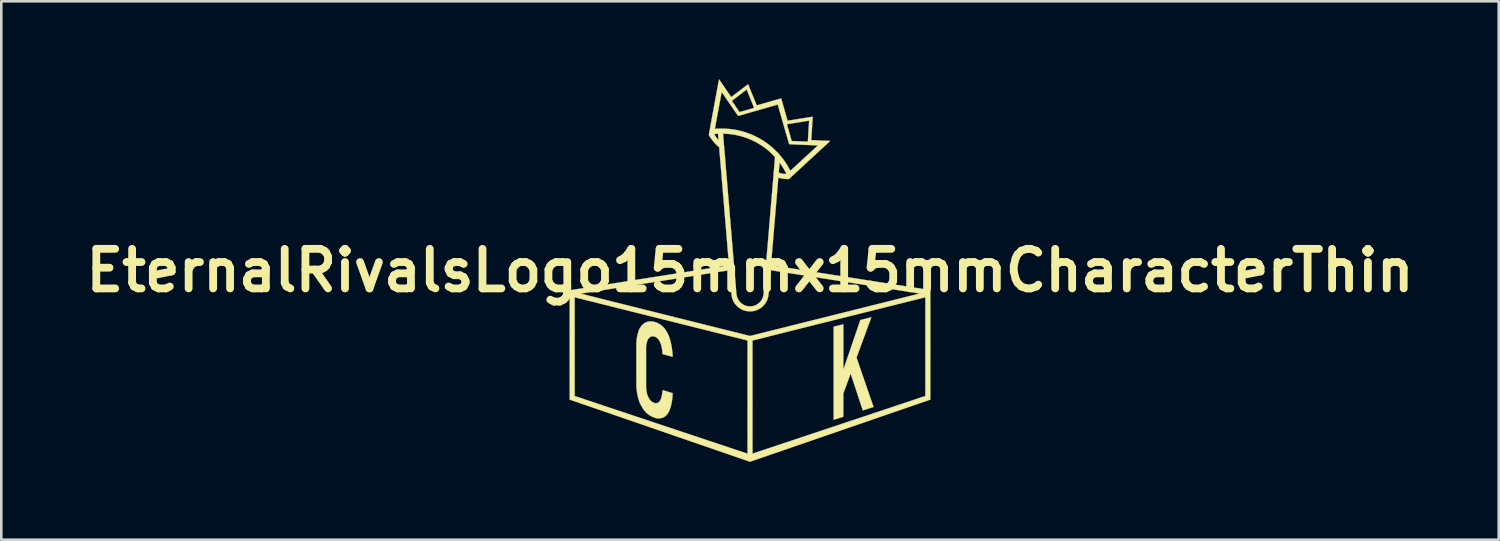
<source format=kicad_pcb>
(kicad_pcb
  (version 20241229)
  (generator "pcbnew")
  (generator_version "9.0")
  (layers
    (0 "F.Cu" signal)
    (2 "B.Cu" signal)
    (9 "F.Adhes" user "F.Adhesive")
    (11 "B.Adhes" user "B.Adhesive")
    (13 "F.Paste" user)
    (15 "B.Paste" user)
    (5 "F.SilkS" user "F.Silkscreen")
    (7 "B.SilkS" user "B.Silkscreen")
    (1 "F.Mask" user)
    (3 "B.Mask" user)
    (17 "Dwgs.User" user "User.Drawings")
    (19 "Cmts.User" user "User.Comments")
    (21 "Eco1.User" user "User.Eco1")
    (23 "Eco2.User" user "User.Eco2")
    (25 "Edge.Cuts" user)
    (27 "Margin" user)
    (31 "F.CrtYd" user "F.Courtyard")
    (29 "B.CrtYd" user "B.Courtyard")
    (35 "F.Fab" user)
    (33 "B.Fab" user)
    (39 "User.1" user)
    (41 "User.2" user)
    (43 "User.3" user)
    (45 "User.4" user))
  (footprint "EternalRivalsLogo15mmx15mmCharacterThin"
    (layer "F.Cu")
    (at 25.843 7.371)
    (property "Reference" "EternalRivalsLogo15mmx15mmCharacterThin" (at 0 0 0) (layer "F.SilkS") (effects (font (size 1.524 1.524) (thickness 0.3))))
    (attr through_hole)
    (fp_poly (pts (xy 4.673 1.802) (xy 4.673 1.804) (xy 4.671 1.807) (xy 4.669 1.813) (xy 4.666 1.821) (xy 4.663 1.831) (xy 4.658 1.843) (xy 4.653 1.858) (xy 4.647 1.874) (xy 4.641 1.892) (xy 4.633 1.912) (xy 4.626 1.933) (xy 4.617 1.957) (xy 4.608 1.981) (xy 4.598 2.008) (xy 4.588 2.036) (xy 4.577 2.065) (xy 4.566 2.096) (xy 4.554 2.128) (xy 4.542 2.162) (xy 4.529 2.196) (xy 4.516 2.232) (xy 4.502 2.269) (xy 4.488 2.307) (xy 4.474 2.346) (xy 4.46 2.385) (xy 4.445 2.426) (xy 4.43 2.467) (xy 4.414 2.509) (xy 4.399 2.551) (xy 4.388 2.579) (xy 4.373 2.622) (xy 4.357 2.664) (xy 4.342 2.706) (xy 4.327 2.747) (xy 4.312 2.787) (xy 4.297 2.826) (xy 4.283 2.865) (xy 4.27 2.902) (xy 4.256 2.939) (xy 4.243 2.974) (xy 4.231 3.008) (xy 4.218 3.041) (xy 4.207 3.073) (xy 4.196 3.104) (xy 4.185 3.133) (xy 4.175 3.16) (xy 4.165 3.186) (xy 4.156 3.21) (xy 4.148 3.233) (xy 4.14 3.254) (xy 4.133 3.274) (xy 4.127 3.291) (xy 4.121 3.306) (xy 4.116 3.32) (xy 4.112 3.332) (xy 4.109 3.341) (xy 4.106 3.348) (xy 4.104 3.353) (xy 4.103 3.356) (xy 4.103 3.357) (xy 4.104 3.358) (xy 4.105 3.362) (xy 4.107 3.367) (xy 4.11 3.376) (xy 4.113 3.386) (xy 4.117 3.398) (xy 4.122 3.413) (xy 4.128 3.429) (xy 4.134 3.448) (xy 4.141 3.468) (xy 4.149 3.49) (xy 4.157 3.514) (xy 4.166 3.54) (xy 4.175 3.567) (xy 4.185 3.596) (xy 4.196 3.626) (xy 4.207 3.658) (xy 4.218 3.692) (xy 4.23 3.726) (xy 4.243 3.762) (xy 4.256 3.8) (xy 4.269 3.838) (xy 4.282 3.878) (xy 4.297 3.918) (xy 4.311 3.96) (xy 4.326 4.003) (xy 4.341 4.046) (xy 4.356 4.091) (xy 4.372 4.136) (xy 4.387 4.182) (xy 4.404 4.229) (xy 4.42 4.276) (xy 4.431 4.308) (xy 4.447 4.355) (xy 4.464 4.403) (xy 4.48 4.449) (xy 4.495 4.495) (xy 4.511 4.54) (xy 4.526 4.584) (xy 4.541 4.627) (xy 4.556 4.669) (xy 4.57 4.711) (xy 4.584 4.751) (xy 4.597 4.79) (xy 4.61 4.828) (xy 4.623 4.865) (xy 4.635 4.901) (xy 4.647 4.935) (xy 4.658 4.968) (xy 4.669 4.999) (xy 4.68 5.029) (xy 4.689 5.057) (xy 4.699 5.084) (xy 4.707 5.109) (xy 4.715 5.132) (xy 4.723 5.154) (xy 4.729 5.173) (xy 4.735 5.191) (xy 4.741 5.207) (xy 4.746 5.22) (xy 4.75 5.232) (xy 4.753 5.242) (xy 4.755 5.249) (xy 4.757 5.254) (xy 4.758 5.257) (xy 4.758 5.257) (xy 4.757 5.258) (xy 4.753 5.259) (xy 4.748 5.261) (xy 4.74 5.264) (xy 4.73 5.267) (xy 4.719 5.27) (xy 4.707 5.274) (xy 4.693 5.279) (xy 4.677 5.284) (xy 4.661 5.289) (xy 4.644 5.295) (xy 4.626 5.3) (xy 4.608 5.306) (xy 4.589 5.312) (xy 4.57 5.318) (xy 4.55 5.325) (xy 4.531 5.331) (xy 4.512 5.337) (xy 4.493 5.343) (xy 4.474 5.349) (xy 4.457 5.354) (xy 4.44 5.36) (xy 4.423 5.365) (xy 4.408 5.369) (xy 4.395 5.374) (xy 4.382 5.378) (xy 4.371 5.381) (xy 4.362 5.384) (xy 4.355 5.386) (xy 4.349 5.388) (xy 4.346 5.389) (xy 4.345 5.389) (xy 4.344 5.388) (xy 4.343 5.384) (xy 4.341 5.378) (xy 4.338 5.37) (xy 4.335 5.36) (xy 4.331 5.348) (xy 4.326 5.333) (xy 4.321 5.317) (xy 4.315 5.299) (xy 4.308 5.279) (xy 4.301 5.257) (xy 4.293 5.234) (xy 4.285 5.209) (xy 4.276 5.182) (xy 4.267 5.154) (xy 4.257 5.125) (xy 4.247 5.094) (xy 4.237 5.062) (xy 4.226 5.029) (xy 4.214 4.994) (xy 4.203 4.959) (xy 4.191 4.922) (xy 4.178 4.885) (xy 4.166 4.847) (xy 4.153 4.807) (xy 4.14 4.768) (xy 4.127 4.727) (xy 4.113 4.686) (xy 4.111 4.68) (xy 4.098 4.639) (xy 4.084 4.598) (xy 4.071 4.558) (xy 4.058 4.519) (xy 4.045 4.48) (xy 4.033 4.443) (xy 4.021 4.406) (xy 4.009 4.371) (xy 3.998 4.336) (xy 3.987 4.303) (xy 3.976 4.27) (xy 3.966 4.239) (xy 3.956 4.21) (xy 3.947 4.182) (xy 3.938 4.155) (xy 3.93 4.13) (xy 3.922 4.106) (xy 3.915 4.084) (xy 3.908 4.064) (xy 3.902 4.045) (xy 3.897 4.029) (xy 3.892 4.014) (xy 3.888 4.002) (xy 3.884 3.991) (xy 3.881 3.983) (xy 3.879 3.977) (xy 3.878 3.973) (xy 3.878 3.971) (xy 3.878 3.971) (xy 3.877 3.972) (xy 3.876 3.976) (xy 3.874 3.981) (xy 3.871 3.989) (xy 3.867 3.999) (xy 3.863 4.01) (xy 3.857 4.024) (xy 3.852 4.039) (xy 3.845 4.056) (xy 3.839 4.075) (xy 3.831 4.095) (xy 3.823 4.116) (xy 3.815 4.139) (xy 3.806 4.163) (xy 3.797 4.188) (xy 3.787 4.214) (xy 3.777 4.242) (xy 3.767 4.27) (xy 3.756 4.299) (xy 3.745 4.328) (xy 3.736 4.353) (xy 3.595 4.735) (xy 3.595 5.184) (xy 3.595 5.632) (xy 3.411 5.691) (xy 3.39 5.698) (xy 3.37 5.705) (xy 3.35 5.711) (xy 3.331 5.717) (xy 3.314 5.723) (xy 3.297 5.728) (xy 3.282 5.733) (xy 3.268 5.737) (xy 3.256 5.741) (xy 3.246 5.745) (xy 3.237 5.747) (xy 3.231 5.749) (xy 3.226 5.751) (xy 3.224 5.751) (xy 3.224 5.752) (xy 3.221 5.752) (xy 3.221 3.959) (xy 3.221 2.166) (xy 3.407 2.119) (xy 3.429 2.114) (xy 3.449 2.109) (xy 3.469 2.104) (xy 3.488 2.099) (xy 3.505 2.095) (xy 3.522 2.091) (xy 3.537 2.087) (xy 3.551 2.083) (xy 3.563 2.08) (xy 3.573 2.078) (xy 3.582 2.076) (xy 3.588 2.074) (xy 3.592 2.073) (xy 3.594 2.073) (xy 3.594 2.073) (xy 3.594 2.074) (xy 3.595 2.078) (xy 3.595 2.084) (xy 3.595 2.092) (xy 3.595 2.103) (xy 3.595 2.116) (xy 3.595 2.131) (xy 3.595 2.148) (xy 3.595 2.168) (xy 3.595 2.189) (xy 3.595 2.212) (xy 3.595 2.237) (xy 3.595 2.264) (xy 3.595 2.292) (xy 3.595 2.322) (xy 3.595 2.354) (xy 3.595 2.387) (xy 3.595 2.421) (xy 3.595 2.457) (xy 3.595 2.494) (xy 3.595 2.533) (xy 3.595 2.572) (xy 3.595 2.613) (xy 3.596 2.655) (xy 3.596 2.698) (xy 3.596 2.741) (xy 3.596 2.786) (xy 3.596 2.831) (xy 3.596 2.877) (xy 3.596 2.924) (xy 3.596 2.947) (xy 3.596 3.821) (xy 3.92 2.872) (xy 3.936 2.824) (xy 3.953 2.777) (xy 3.968 2.731) (xy 3.984 2.685) (xy 4 2.64) (xy 4.015 2.595) (xy 4.03 2.552) (xy 4.044 2.51) (xy 4.058 2.468) (xy 4.072 2.428) (xy 4.086 2.388) (xy 4.099 2.35) (xy 4.111 2.313) (xy 4.123 2.277) (xy 4.135 2.243) (xy 4.146 2.21) (xy 4.157 2.178) (xy 4.168 2.148) (xy 4.177 2.119) (xy 4.187 2.093) (xy 4.195 2.067) (xy 4.203 2.044) (xy 4.211 2.022) (xy 4.217 2.002) (xy 4.224 1.984) (xy 4.229 1.968) (xy 4.234 1.954) (xy 4.238 1.942) (xy 4.241 1.932) (xy 4.244 1.925) (xy 4.246 1.92) (xy 4.247 1.916) (xy 4.247 1.916) (xy 4.249 1.908) (xy 4.461 1.855) (xy 4.484 1.849) (xy 4.506 1.844) (xy 4.527 1.838) (xy 4.547 1.833) (xy 4.566 1.829) (xy 4.584 1.824) (xy 4.601 1.82) (xy 4.616 1.816) (xy 4.63 1.813) (xy 4.642 1.81) (xy 4.652 1.807) (xy 4.661 1.805) (xy 4.667 1.804) (xy 4.671 1.803) (xy 4.673 1.802) (xy 4.673 1.802)) (stroke (width 0.01) (type solid)) (fill yes) (layer "F.SilkS"))
    (fp_poly (pts (xy -3.814 1.96) (xy -3.801 1.96) (xy -3.789 1.961) (xy -3.778 1.962) (xy -3.769 1.962) (xy -3.768 1.963) (xy -3.749 1.965) (xy -3.729 1.969) (xy -3.708 1.974) (xy -3.686 1.98) (xy -3.664 1.986) (xy -3.641 1.993) (xy -3.62 2) (xy -3.599 2.008) (xy -3.587 2.012) (xy -3.553 2.027) (xy -3.519 2.044) (xy -3.486 2.063) (xy -3.454 2.084) (xy -3.424 2.106) (xy -3.412 2.114) (xy -3.396 2.128) (xy -3.379 2.143) (xy -3.362 2.159) (xy -3.346 2.175) (xy -3.331 2.191) (xy -3.317 2.206) (xy -3.309 2.215) (xy -3.275 2.258) (xy -3.244 2.303) (xy -3.214 2.349) (xy -3.187 2.396) (xy -3.162 2.444) (xy -3.139 2.494) (xy -3.119 2.544) (xy -3.105 2.583) (xy -3.101 2.595) (xy -3.097 2.609) (xy -3.092 2.626) (xy -3.087 2.643) (xy -3.081 2.662) (xy -3.076 2.682) (xy -3.071 2.702) (xy -3.065 2.721) (xy -3.06 2.741) (xy -3.056 2.76) (xy -3.051 2.778) (xy -3.051 2.779) (xy -3.034 2.859) (xy -3.019 2.94) (xy -3.006 3.02) (xy -2.996 3.101) (xy -2.988 3.183) (xy -2.985 3.228) (xy -2.985 3.237) (xy -2.984 3.247) (xy -2.984 3.258) (xy -2.983 3.269) (xy -2.982 3.279) (xy -2.982 3.29) (xy -2.982 3.299) (xy -2.981 3.307) (xy -2.981 3.314) (xy -2.981 3.32) (xy -2.981 3.323) (xy -2.981 3.324) (xy -2.982 3.324) (xy -2.986 3.323) (xy -2.992 3.322) (xy -2.999 3.32) (xy -3.009 3.317) (xy -3.02 3.314) (xy -3.032 3.311) (xy -3.046 3.307) (xy -3.061 3.303) (xy -3.077 3.298) (xy -3.094 3.294) (xy -3.112 3.289) (xy -3.13 3.284) (xy -3.149 3.279) (xy -3.168 3.274) (xy -3.187 3.268) (xy -3.205 3.263) (xy -3.224 3.258) (xy -3.242 3.253) (xy -3.26 3.248) (xy -3.276 3.244) (xy -3.292 3.239) (xy -3.307 3.235) (xy -3.321 3.231) (xy -3.333 3.228) (xy -3.344 3.225) (xy -3.353 3.222) (xy -3.36 3.22) (xy -3.365 3.219) (xy -3.368 3.218) (xy -3.369 3.218) (xy -3.369 3.216) (xy -3.37 3.213) (xy -3.37 3.208) (xy -3.37 3.201) (xy -3.371 3.197) (xy -3.376 3.134) (xy -3.383 3.072) (xy -3.393 3.009) (xy -3.405 2.947) (xy -3.42 2.886) (xy -3.423 2.874) (xy -3.435 2.834) (xy -3.449 2.796) (xy -3.465 2.759) (xy -3.483 2.724) (xy -3.503 2.69) (xy -3.526 2.657) (xy -3.529 2.653) (xy -3.547 2.631) (xy -3.566 2.612) (xy -3.587 2.594) (xy -3.609 2.578) (xy -3.633 2.565) (xy -3.658 2.554) (xy -3.677 2.546) (xy -3.695 2.541) (xy -3.711 2.537) (xy -3.726 2.535) (xy -3.741 2.534) (xy -3.755 2.534) (xy -3.77 2.535) (xy -3.771 2.536) (xy -3.792 2.539) (xy -3.811 2.545) (xy -3.83 2.553) (xy -3.847 2.563) (xy -3.864 2.575) (xy -3.88 2.589) (xy -3.891 2.6) (xy -3.908 2.621) (xy -3.924 2.643) (xy -3.937 2.666) (xy -3.949 2.689) (xy -3.959 2.715) (xy -3.964 2.73) (xy -3.977 2.777) (xy -3.987 2.825) (xy -3.995 2.873) (xy -4.001 2.922) (xy -4.003 2.956) (xy -4.003 2.959) (xy -4.003 2.964) (xy -4.003 2.972) (xy -4.003 2.982) (xy -4.003 2.994) (xy -4.003 3.008) (xy -4.004 3.025) (xy -4.004 3.043) (xy -4.004 3.063) (xy -4.004 3.085) (xy -4.004 3.108) (xy -4.004 3.133) (xy -4.004 3.16) (xy -4.004 3.188) (xy -4.004 3.217) (xy -4.004 3.248) (xy -4.004 3.28) (xy -4.004 3.312) (xy -4.004 3.346) (xy -4.004 3.381) (xy -4.004 3.416) (xy -4.004 3.452) (xy -4.004 3.489) (xy -4.004 3.526) (xy -4.004 3.564) (xy -4.004 3.602) (xy -4.004 3.641) (xy -4.004 3.68) (xy -4.004 3.718) (xy -4.004 3.757) (xy -4.004 3.796) (xy -4.004 3.834) (xy -4.004 3.873) (xy -4.004 3.911) (xy -4.004 3.948) (xy -4.004 3.985) (xy -4.004 4.022) (xy -4.004 4.058) (xy -4.004 4.093) (xy -4.004 4.127) (xy -4.004 4.16) (xy -4.004 4.192) (xy -4.004 4.223) (xy -4.004 4.253) (xy -4.004 4.282) (xy -4.004 4.309) (xy -4.004 4.335) (xy -4.004 4.36) (xy -4.004 4.382) (xy -4.004 4.403) (xy -4.004 4.422) (xy -4.004 4.44) (xy -4.003 4.455) (xy -4.003 4.468) (xy -4.003 4.479) (xy -4.003 4.488) (xy -4.003 4.495) (xy -4.003 4.499) (xy -4.003 4.5) (xy -4 4.547) (xy -3.995 4.593) (xy -3.989 4.639) (xy -3.98 4.686) (xy -3.97 4.732) (xy -3.967 4.745) (xy -3.956 4.784) (xy -3.943 4.821) (xy -3.929 4.856) (xy -3.912 4.891) (xy -3.894 4.924) (xy -3.875 4.953) (xy -3.866 4.966) (xy -3.858 4.978) (xy -3.849 4.988) (xy -3.841 4.998) (xy -3.831 5.008) (xy -3.83 5.01) (xy -3.811 5.029) (xy -3.791 5.045) (xy -3.77 5.06) (xy -3.748 5.073) (xy -3.725 5.084) (xy -3.7 5.095) (xy -3.69 5.098) (xy -3.678 5.103) (xy -3.667 5.106) (xy -3.657 5.108) (xy -3.647 5.11) (xy -3.637 5.111) (xy -3.626 5.111) (xy -3.625 5.111) (xy -3.606 5.11) (xy -3.588 5.107) (xy -3.571 5.103) (xy -3.553 5.096) (xy -3.546 5.092) (xy -3.534 5.085) (xy -3.521 5.075) (xy -3.508 5.064) (xy -3.495 5.051) (xy -3.483 5.036) (xy -3.471 5.021) (xy -3.46 5.004) (xy -3.453 4.993) (xy -3.448 4.983) (xy -3.443 4.973) (xy -3.438 4.963) (xy -3.434 4.952) (xy -3.429 4.94) (xy -3.425 4.926) (xy -3.422 4.917) (xy -3.407 4.864) (xy -3.395 4.811) (xy -3.385 4.757) (xy -3.377 4.704) (xy -3.372 4.65) (xy -3.371 4.629) (xy -3.37 4.622) (xy -3.37 4.616) (xy -3.369 4.612) (xy -3.369 4.609) (xy -3.369 4.608) (xy -3.368 4.608) (xy -3.364 4.609) (xy -3.358 4.611) (xy -3.351 4.613) (xy -3.341 4.616) (xy -3.33 4.619) (xy -3.318 4.623) (xy -3.304 4.627) (xy -3.288 4.632) (xy -3.272 4.636) (xy -3.255 4.642) (xy -3.237 4.647) (xy -3.231 4.649) (xy -3.212 4.655) (xy -3.192 4.661) (xy -3.172 4.666) (xy -3.153 4.672) (xy -3.134 4.678) (xy -3.116 4.684) (xy -3.099 4.689) (xy -3.083 4.694) (xy -3.068 4.698) (xy -3.055 4.702) (xy -3.044 4.705) (xy -3.038 4.707) (xy -2.981 4.724) (xy -2.982 4.746) (xy -2.983 4.79) (xy -2.985 4.835) (xy -2.989 4.881) (xy -2.994 4.929) (xy -3 4.976) (xy -3.007 5.024) (xy -3.015 5.071) (xy -3.023 5.109) (xy -3.028 5.133) (xy -3.033 5.157) (xy -3.039 5.181) (xy -3.045 5.205) (xy -3.051 5.229) (xy -3.058 5.253) (xy -3.064 5.275) (xy -3.071 5.297) (xy -3.077 5.317) (xy -3.083 5.335) (xy -3.089 5.351) (xy -3.092 5.36) (xy -3.108 5.397) (xy -3.125 5.433) (xy -3.142 5.466) (xy -3.161 5.497) (xy -3.181 5.526) (xy -3.201 5.552) (xy -3.223 5.576) (xy -3.245 5.598) (xy -3.268 5.617) (xy -3.292 5.635) (xy -3.317 5.649) (xy -3.343 5.662) (xy -3.358 5.668) (xy -3.386 5.677) (xy -3.415 5.685) (xy -3.445 5.691) (xy -3.458 5.693) (xy -3.466 5.694) (xy -3.474 5.694) (xy -3.484 5.695) (xy -3.494 5.696) (xy -3.503 5.696) (xy -3.511 5.697) (xy -3.517 5.697) (xy -3.52 5.697) (xy -3.525 5.697) (xy -3.53 5.697) (xy -3.535 5.696) (xy -3.566 5.694) (xy -3.596 5.69) (xy -3.626 5.684) (xy -3.655 5.676) (xy -3.672 5.67) (xy -3.679 5.668) (xy -3.686 5.665) (xy -3.694 5.662) (xy -3.702 5.659) (xy -3.702 5.659) (xy -3.744 5.643) (xy -3.784 5.625) (xy -3.824 5.604) (xy -3.863 5.581) (xy -3.9 5.557) (xy -3.935 5.53) (xy -3.969 5.502) (xy -3.971 5.5) (xy -3.998 5.475) (xy -4.025 5.446) (xy -4.052 5.416) (xy -4.078 5.384) (xy -4.103 5.35) (xy -4.128 5.315) (xy -4.152 5.278) (xy -4.174 5.24) (xy -4.196 5.201) (xy -4.216 5.161) (xy -4.235 5.121) (xy -4.252 5.08) (xy -4.267 5.04) (xy -4.269 5.036) (xy -4.284 4.991) (xy -4.298 4.943) (xy -4.311 4.895) (xy -4.324 4.844) (xy -4.335 4.792) (xy -4.345 4.74) (xy -4.354 4.686) (xy -4.361 4.632) (xy -4.368 4.578) (xy -4.373 4.524) (xy -4.375 4.493) (xy -4.375 4.489) (xy -4.376 4.485) (xy -4.376 4.481) (xy -4.376 4.477) (xy -4.376 4.473) (xy -4.376 4.468) (xy -4.377 4.463) (xy -4.377 4.458) (xy -4.377 4.452) (xy -4.377 4.445) (xy -4.377 4.438) (xy -4.377 4.431) (xy -4.378 4.423) (xy -4.378 4.413) (xy -4.378 4.404) (xy -4.378 4.393) (xy -4.378 4.381) (xy -4.378 4.369) (xy -4.378 4.355) (xy -4.378 4.34) (xy -4.378 4.324) (xy -4.378 4.306) (xy -4.379 4.288) (xy -4.379 4.268) (xy -4.379 4.246) (xy -4.379 4.223) (xy -4.379 4.199) (xy -4.379 4.173) (xy -4.379 4.145) (xy -4.379 4.115) (xy -4.379 4.084) (xy -4.379 4.05) (xy -4.379 4.015) (xy -4.379 3.978) (xy -4.379 3.939) (xy -4.379 3.897) (xy -4.379 3.854) (xy -4.379 3.808) (xy -4.379 3.76) (xy -4.379 3.709) (xy -4.379 3.656) (xy -4.379 3.611) (xy -4.379 3.557) (xy -4.379 3.504) (xy -4.379 3.455) (xy -4.379 3.407) (xy -4.379 3.362) (xy -4.379 3.319) (xy -4.379 3.278) (xy -4.379 3.24) (xy -4.379 3.203) (xy -4.379 3.169) (xy -4.379 3.136) (xy -4.379 3.105) (xy -4.379 3.077) (xy -4.379 3.05) (xy -4.379 3.024) (xy -4.379 3) (xy -4.379 2.978) (xy -4.379 2.958) (xy -4.379 2.938) (xy -4.379 2.921) (xy -4.379 2.904) (xy -4.379 2.889) (xy -4.379 2.875) (xy -4.379 2.863) (xy -4.378 2.851) (xy -4.378 2.841) (xy -4.378 2.831) (xy -4.378 2.823) (xy -4.378 2.815) (xy -4.378 2.808) (xy -4.378 2.802) (xy -4.378 2.797) (xy -4.378 2.792) (xy -4.378 2.788) (xy -4.378 2.784) (xy -4.377 2.781) (xy -4.377 2.778) (xy -4.377 2.775) (xy -4.377 2.774) (xy -4.373 2.718) (xy -4.367 2.663) (xy -4.359 2.609) (xy -4.35 2.554) (xy -4.339 2.5) (xy -4.333 2.475) (xy -4.329 2.457) (xy -4.324 2.438) (xy -4.318 2.418) (xy -4.312 2.397) (xy -4.307 2.377) (xy -4.301 2.357) (xy -4.295 2.339) (xy -4.291 2.327) (xy -4.277 2.291) (xy -4.262 2.255) (xy -4.243 2.221) (xy -4.223 2.188) (xy -4.201 2.156) (xy -4.177 2.126) (xy -4.15 2.098) (xy -4.122 2.071) (xy -4.092 2.046) (xy -4.079 2.036) (xy -4.067 2.027) (xy -4.055 2.019) (xy -4.042 2.013) (xy -4.029 2.006) (xy -4.027 2.005) (xy -3.995 1.991) (xy -3.963 1.98) (xy -3.929 1.971) (xy -3.895 1.964) (xy -3.884 1.963) (xy -3.875 1.962) (xy -3.865 1.961) (xy -3.853 1.961) (xy -3.841 1.96) (xy -3.827 1.96) (xy -3.814 1.96)) (stroke (width 0.01) (type solid)) (fill yes) (layer "F.SilkS"))
    (fp_poly (pts (xy -1.193 -7.365) (xy -1.191 -7.362) (xy -1.188 -7.357) (xy -1.183 -7.35) (xy -1.177 -7.341) (xy -1.17 -7.331) (xy -1.161 -7.319) (xy -1.152 -7.306) (xy -1.142 -7.291) (xy -1.13 -7.274) (xy -1.118 -7.256) (xy -1.105 -7.237) (xy -1.091 -7.217) (xy -1.077 -7.196) (xy -1.061 -7.174) (xy -1.046 -7.151) (xy -1.029 -7.127) (xy -1.012 -7.102) (xy -0.995 -7.076) (xy -0.977 -7.05) (xy -0.959 -7.024) (xy -0.941 -6.998) (xy -0.923 -6.972) (xy -0.905 -6.946) (xy -0.888 -6.921) (xy -0.872 -6.897) (xy -0.856 -6.874) (xy -0.841 -6.852) (xy -0.826 -6.831) (xy -0.813 -6.811) (xy -0.799 -6.792) (xy -0.787 -6.774) (xy -0.776 -6.758) (xy -0.766 -6.743) (xy -0.756 -6.729) (xy -0.748 -6.717) (xy -0.741 -6.707) (xy -0.735 -6.698) (xy -0.73 -6.691) (xy -0.727 -6.686) (xy -0.725 -6.683) (xy -0.724 -6.682) (xy -0.723 -6.683) (xy -0.72 -6.685) (xy -0.715 -6.689) (xy -0.709 -6.694) (xy -0.7 -6.7) (xy -0.69 -6.707) (xy -0.679 -6.716) (xy -0.666 -6.725) (xy -0.652 -6.736) (xy -0.637 -6.748) (xy -0.62 -6.76) (xy -0.603 -6.773) (xy -0.585 -6.787) (xy -0.565 -6.802) (xy -0.545 -6.817) (xy -0.524 -6.833) (xy -0.503 -6.849) (xy -0.482 -6.865) (xy -0.459 -6.883) (xy -0.435 -6.901) (xy -0.412 -6.918) (xy -0.389 -6.936) (xy -0.366 -6.953) (xy -0.343 -6.971) (xy -0.321 -6.987) (xy -0.3 -7.004) (xy -0.279 -7.019) (xy -0.26 -7.034) (xy -0.241 -7.048) (xy -0.224 -7.062) (xy -0.208 -7.074) (xy -0.193 -7.085) (xy -0.18 -7.095) (xy -0.169 -7.103) (xy -0.159 -7.111) (xy -0.157 -7.112) (xy -0.144 -7.122) (xy -0.132 -7.131) (xy -0.121 -7.14) (xy -0.11 -7.148) (xy -0.1 -7.155) (xy -0.092 -7.161) (xy -0.085 -7.167) (xy -0.079 -7.171) (xy -0.075 -7.173) (xy -0.073 -7.175) (xy -0.073 -7.175) (xy -0.072 -7.174) (xy -0.071 -7.17) (xy -0.069 -7.165) (xy -0.065 -7.157) (xy -0.061 -7.147) (xy -0.057 -7.136) (xy -0.051 -7.122) (xy -0.045 -7.107) (xy -0.038 -7.09) (xy -0.03 -7.071) (xy -0.022 -7.051) (xy -0.014 -7.03) (xy -0.004 -7.007) (xy 0.006 -6.983) (xy 0.016 -6.958) (xy 0.026 -6.931) (xy 0.038 -6.904) (xy 0.049 -6.876) (xy 0.061 -6.847) (xy 0.073 -6.817) (xy 0.085 -6.787) (xy 0.091 -6.771) (xy 0.104 -6.741) (xy 0.116 -6.711) (xy 0.128 -6.681) (xy 0.14 -6.653) (xy 0.151 -6.625) (xy 0.162 -6.598) (xy 0.172 -6.572) (xy 0.182 -6.547) (xy 0.192 -6.524) (xy 0.201 -6.501) (xy 0.21 -6.48) (xy 0.218 -6.461) (xy 0.225 -6.443) (xy 0.231 -6.427) (xy 0.237 -6.412) (xy 0.243 -6.399) (xy 0.247 -6.388) (xy 0.251 -6.379) (xy 0.254 -6.372) (xy 0.255 -6.367) (xy 0.257 -6.365) (xy 0.257 -6.364) (xy 0.258 -6.36) (xy 0.729 -6.495) (xy 0.763 -6.505) (xy 0.796 -6.515) (xy 0.828 -6.524) (xy 0.86 -6.533) (xy 0.891 -6.542) (xy 0.92 -6.55) (xy 0.949 -6.559) (xy 0.977 -6.566) (xy 1.003 -6.574) (xy 1.028 -6.581) (xy 1.052 -6.588) (xy 1.075 -6.594) (xy 1.095 -6.6) (xy 1.114 -6.606) (xy 1.132 -6.611) (xy 1.147 -6.615) (xy 1.161 -6.619) (xy 1.173 -6.622) (xy 1.183 -6.625) (xy 1.19 -6.627) (xy 1.196 -6.629) (xy 1.199 -6.63) (xy 1.2 -6.63) (xy 1.2 -6.629) (xy 1.201 -6.625) (xy 1.203 -6.619) (xy 1.205 -6.611) (xy 1.208 -6.601) (xy 1.212 -6.589) (xy 1.216 -6.575) (xy 1.22 -6.559) (xy 1.225 -6.542) (xy 1.231 -6.522) (xy 1.237 -6.501) (xy 1.243 -6.479) (xy 1.25 -6.455) (xy 1.257 -6.43) (xy 1.265 -6.404) (xy 1.273 -6.377) (xy 1.281 -6.348) (xy 1.289 -6.319) (xy 1.298 -6.288) (xy 1.307 -6.257) (xy 1.316 -6.226) (xy 1.323 -6.2) (xy 1.334 -6.161) (xy 1.345 -6.125) (xy 1.355 -6.09) (xy 1.364 -6.058) (xy 1.372 -6.028) (xy 1.38 -6.001) (xy 1.388 -5.975) (xy 1.395 -5.951) (xy 1.401 -5.929) (xy 1.407 -5.909) (xy 1.412 -5.891) (xy 1.417 -5.874) (xy 1.421 -5.858) (xy 1.425 -5.845) (xy 1.429 -5.832) (xy 1.432 -5.822) (xy 1.435 -5.812) (xy 1.438 -5.804) (xy 1.44 -5.796) (xy 1.442 -5.79) (xy 1.443 -5.785) (xy 1.445 -5.781) (xy 1.446 -5.777) (xy 1.447 -5.774) (xy 1.447 -5.773) (xy 1.448 -5.771) (xy 1.448 -5.771) (xy 1.449 -5.77) (xy 1.449 -5.77) (xy 1.45 -5.771) (xy 1.454 -5.771) (xy 1.46 -5.772) (xy 1.468 -5.773) (xy 1.479 -5.775) (xy 1.492 -5.777) (xy 1.506 -5.779) (xy 1.523 -5.782) (xy 1.541 -5.785) (xy 1.561 -5.788) (xy 1.583 -5.792) (xy 1.606 -5.795) (xy 1.631 -5.799) (xy 1.657 -5.804) (xy 1.685 -5.808) (xy 1.713 -5.813) (xy 1.743 -5.817) (xy 1.774 -5.822) (xy 1.806 -5.827) (xy 1.839 -5.833) (xy 1.872 -5.838) (xy 1.906 -5.844) (xy 1.932 -5.848) (xy 1.967 -5.853) (xy 2 -5.859) (xy 2.034 -5.864) (xy 2.066 -5.869) (xy 2.098 -5.874) (xy 2.128 -5.879) (xy 2.158 -5.884) (xy 2.186 -5.888) (xy 2.213 -5.893) (xy 2.239 -5.897) (xy 2.263 -5.901) (xy 2.286 -5.904) (xy 2.307 -5.908) (xy 2.327 -5.911) (xy 2.345 -5.914) (xy 2.361 -5.916) (xy 2.375 -5.918) (xy 2.387 -5.92) (xy 2.397 -5.922) (xy 2.404 -5.923) (xy 2.41 -5.924) (xy 2.413 -5.924) (xy 2.414 -5.924) (xy 2.414 -5.923) (xy 2.414 -5.919) (xy 2.413 -5.913) (xy 2.413 -5.905) (xy 2.412 -5.894) (xy 2.411 -5.881) (xy 2.411 -5.867) (xy 2.41 -5.85) (xy 2.409 -5.832) (xy 2.407 -5.812) (xy 2.406 -5.79) (xy 2.405 -5.767) (xy 2.403 -5.742) (xy 2.402 -5.716) (xy 2.4 -5.689) (xy 2.398 -5.66) (xy 2.397 -5.631) (xy 2.395 -5.6) (xy 2.393 -5.569) (xy 2.391 -5.536) (xy 2.389 -5.503) (xy 2.387 -5.474) (xy 2.385 -5.44) (xy 2.383 -5.407) (xy 2.381 -5.375) (xy 2.379 -5.343) (xy 2.377 -5.313) (xy 2.375 -5.284) (xy 2.374 -5.255) (xy 2.372 -5.228) (xy 2.37 -5.202) (xy 2.369 -5.178) (xy 2.368 -5.155) (xy 2.366 -5.133) (xy 2.365 -5.113) (xy 2.364 -5.095) (xy 2.363 -5.079) (xy 2.362 -5.064) (xy 2.361 -5.052) (xy 2.361 -5.042) (xy 2.36 -5.034) (xy 2.36 -5.028) (xy 2.36 -5.024) (xy 2.36 -5.023) (xy 2.361 -5.023) (xy 2.365 -5.023) (xy 2.37 -5.023) (xy 2.378 -5.022) (xy 2.387 -5.022) (xy 2.397 -5.022) (xy 2.409 -5.021) (xy 2.421 -5.021) (xy 2.423 -5.02) (xy 2.435 -5.02) (xy 2.449 -5.019) (xy 2.464 -5.019) (xy 2.482 -5.018) (xy 2.5 -5.017) (xy 2.519 -5.016) (xy 2.538 -5.016) (xy 2.557 -5.015) (xy 2.576 -5.014) (xy 2.591 -5.013) (xy 2.634 -5.012) (xy 2.673 -5.01) (xy 2.711 -5.008) (xy 2.746 -5.007) (xy 2.779 -5.005) (xy 2.809 -5.004) (xy 2.838 -5.003) (xy 2.864 -5.002) (xy 2.889 -5.001) (xy 2.912 -5) (xy 2.933 -4.999) (xy 2.952 -4.998) (xy 2.969 -4.997) (xy 2.985 -4.997) (xy 3 -4.996) (xy 3.013 -4.995) (xy 3.025 -4.995) (xy 3.035 -4.994) (xy 3.044 -4.994) (xy 3.052 -4.994) (xy 3.059 -4.993) (xy 3.065 -4.993) (xy 3.07 -4.993) (xy 3.075 -4.993) (xy 3.078 -4.992) (xy 3.081 -4.992) (xy 3.083 -4.992) (xy 3.085 -4.992) (xy 3.086 -4.992) (xy 3.087 -4.992) (xy 3.088 -4.992) (xy 3.088 -4.992) (xy 3.088 -4.992) (xy 3.088 -4.992) (xy 3.087 -4.991) (xy 3.085 -4.988) (xy 3.08 -4.984) (xy 3.074 -4.978) (xy 3.066 -4.971) (xy 3.056 -4.961) (xy 3.044 -4.951) (xy 3.031 -4.938) (xy 3.016 -4.924) (xy 2.999 -4.909) (xy 2.981 -4.892) (xy 2.961 -4.874) (xy 2.94 -4.854) (xy 2.917 -4.832) (xy 2.892 -4.81) (xy 2.866 -4.786) (xy 2.838 -4.76) (xy 2.809 -4.733) (xy 2.779 -4.705) (xy 2.747 -4.676) (xy 2.713 -4.645) (xy 2.679 -4.613) (xy 2.643 -4.579) (xy 2.605 -4.545) (xy 2.567 -4.509) (xy 2.527 -4.472) (xy 2.485 -4.434) (xy 2.443 -4.395) (xy 2.399 -4.355) (xy 2.354 -4.313) (xy 2.308 -4.271) (xy 2.261 -4.227) (xy 2.213 -4.182) (xy 2.163 -4.137) (xy 2.113 -4.09) (xy 2.061 -4.043) (xy 2.009 -3.994) (xy 1.955 -3.945) (xy 1.901 -3.894) (xy 1.845 -3.843) (xy 1.816 -3.816) (xy 1.792 -3.794) (xy 1.768 -3.772) (xy 1.745 -3.751) (xy 1.723 -3.73) (xy 1.701 -3.71) (xy 1.68 -3.691) (xy 1.659 -3.672) (xy 1.64 -3.654) (xy 1.621 -3.637) (xy 1.604 -3.621) (xy 1.588 -3.606) (xy 1.572 -3.592) (xy 1.558 -3.579) (xy 1.546 -3.567) (xy 1.534 -3.556) (xy 1.524 -3.547) (xy 1.516 -3.54) (xy 1.509 -3.533) (xy 1.504 -3.528) (xy 1.5 -3.525) (xy 1.499 -3.524) (xy 1.499 -3.523) (xy 1.495 -3.521) (xy 1.417 -3.526) (xy 1.395 -3.528) (xy 1.375 -3.529) (xy 1.357 -3.531) (xy 1.341 -3.532) (xy 1.326 -3.533) (xy 1.313 -3.534) (xy 1.301 -3.535) (xy 1.29 -3.536) (xy 1.279 -3.538) (xy 1.269 -3.539) (xy 1.26 -3.54) (xy 1.25 -3.541) (xy 1.24 -3.543) (xy 1.24 -3.543) (xy 1.2 -3.549) (xy 1.163 -3.558) (xy 1.128 -3.567) (xy 1.101 -3.576) (xy 1.095 -3.578) (xy 1.092 -3.579) (xy 1.09 -3.578) (xy 1.09 -3.578) (xy 1.09 -3.577) (xy 1.09 -3.573) (xy 1.089 -3.567) (xy 1.089 -3.558) (xy 1.088 -3.547) (xy 1.087 -3.534) (xy 1.085 -3.519) (xy 1.084 -3.501) (xy 1.082 -3.481) (xy 1.08 -3.459) (xy 1.078 -3.435) (xy 1.076 -3.409) (xy 1.074 -3.381) (xy 1.071 -3.351) (xy 1.068 -3.319) (xy 1.066 -3.285) (xy 1.063 -3.25) (xy 1.06 -3.213) (xy 1.056 -3.174) (xy 1.053 -3.133) (xy 1.049 -3.091) (xy 1.046 -3.047) (xy 1.042 -3.002) (xy 1.038 -2.955) (xy 1.034 -2.907) (xy 1.03 -2.858) (xy 1.026 -2.807) (xy 1.021 -2.755) (xy 1.017 -2.702) (xy 1.012 -2.647) (xy 1.008 -2.592) (xy 1.003 -2.535) (xy 0.998 -2.477) (xy 0.993 -2.418) (xy 0.988 -2.359) (xy 0.983 -2.298) (xy 0.978 -2.237) (xy 0.973 -2.175) (xy 0.967 -2.112) (xy 0.962 -2.048) (xy 0.957 -1.984) (xy 0.951 -1.919) (xy 0.949 -1.897) (xy 0.944 -1.832) (xy 0.939 -1.768) (xy 0.933 -1.704) (xy 0.928 -1.64) (xy 0.923 -1.578) (xy 0.918 -1.516) (xy 0.912 -1.455) (xy 0.907 -1.395) (xy 0.902 -1.336) (xy 0.898 -1.278) (xy 0.893 -1.221) (xy 0.888 -1.165) (xy 0.884 -1.11) (xy 0.879 -1.056) (xy 0.875 -1.003) (xy 0.87 -0.952) (xy 0.866 -0.902) (xy 0.862 -0.853) (xy 0.858 -0.806) (xy 0.854 -0.76) (xy 0.851 -0.716) (xy 0.847 -0.673) (xy 0.844 -0.632) (xy 0.84 -0.592) (xy 0.837 -0.555) (xy 0.834 -0.518) (xy 0.831 -0.484) (xy 0.828 -0.451) (xy 0.826 -0.421) (xy 0.823 -0.392) (xy 0.821 -0.365) (xy 0.819 -0.34) (xy 0.817 -0.317) (xy 0.815 -0.296) (xy 0.814 -0.278) (xy 0.812 -0.261) (xy 0.811 -0.247) (xy 0.81 -0.235) (xy 0.809 -0.226) (xy 0.809 -0.219) (xy 0.808 -0.214) (xy 0.808 -0.212) (xy 0.808 -0.211) (xy 0.808 -0.205) (xy 1.326 -0.124) (xy 1.363 -0.118) (xy 1.399 -0.113) (xy 1.434 -0.107) (xy 1.469 -0.102) (xy 1.504 -0.096) (xy 1.537 -0.091) (xy 1.57 -0.086) (xy 1.602 -0.081) (xy 1.632 -0.076) (xy 1.662 -0.071) (xy 1.69 -0.067) (xy 1.717 -0.063) (xy 1.743 -0.059) (xy 1.767 -0.055) (xy 1.789 -0.051) (xy 1.81 -0.048) (xy 1.829 -0.045) (xy 1.846 -0.043) (xy 1.861 -0.04) (xy 1.873 -0.038) (xy 1.884 -0.037) (xy 1.892 -0.035) (xy 1.898 -0.034) (xy 1.9 -0.034) (xy 1.909 -0.033) (xy 1.921 -0.031) (xy 1.935 -0.029) (xy 1.951 -0.026) (xy 1.97 -0.023) (xy 1.99 -0.02) (xy 2.013 -0.016) (xy 2.037 -0.013) (xy 2.064 -0.008) (xy 2.092 -0.004) (xy 2.123 0.001) (xy 2.155 0.006) (xy 2.189 0.011) (xy 2.225 0.017) (xy 2.263 0.023) (xy 2.302 0.029) (xy 2.343 0.035) (xy 2.385 0.042) (xy 2.429 0.049) (xy 2.475 0.056) (xy 2.522 0.063) (xy 2.57 0.071) (xy 2.62 0.079) (xy 2.671 0.087) (xy 2.723 0.095) (xy 2.776 0.103) (xy 2.831 0.112) (xy 2.887 0.12) (xy 2.944 0.129) (xy 3.001 0.138) (xy 3.06 0.148) (xy 3.12 0.157) (xy 3.181 0.166) (xy 3.242 0.176) (xy 3.305 0.186) (xy 3.368 0.196) (xy 3.432 0.206) (xy 3.496 0.216) (xy 3.561 0.226) (xy 3.627 0.236) (xy 3.693 0.247) (xy 3.76 0.257) (xy 3.827 0.268) (xy 3.894 0.278) (xy 3.962 0.289) (xy 4.03 0.299) (xy 4.099 0.31) (xy 4.167 0.321) (xy 4.236 0.332) (xy 4.305 0.342) (xy 4.374 0.353) (xy 4.443 0.364) (xy 4.512 0.375) (xy 4.581 0.386) (xy 4.65 0.396) (xy 4.718 0.407) (xy 4.787 0.418) (xy 4.855 0.429) (xy 4.923 0.439) (xy 4.991 0.45) (xy 5.058 0.46) (xy 5.125 0.471) (xy 5.191 0.481) (xy 5.257 0.491) (xy 5.322 0.502) (xy 5.386 0.512) (xy 5.45 0.522) (xy 5.514 0.532) (xy 5.576 0.541) (xy 5.638 0.551) (xy 5.699 0.561) (xy 5.759 0.57) (xy 5.818 0.579) (xy 5.876 0.588) (xy 5.933 0.597) (xy 5.989 0.606) (xy 6.044 0.615) (xy 6.097 0.623) (xy 6.15 0.631) (xy 6.201 0.639) (xy 6.251 0.647) (xy 6.3 0.655) (xy 6.347 0.662) (xy 6.393 0.669) (xy 6.437 0.676) (xy 6.48 0.683) (xy 6.521 0.689) (xy 6.561 0.695) (xy 6.599 0.701) (xy 6.635 0.707) (xy 6.669 0.712) (xy 6.702 0.718) (xy 6.733 0.722) (xy 6.762 0.727) (xy 6.789 0.731) (xy 6.814 0.735) (xy 6.837 0.739) (xy 6.858 0.742) (xy 6.877 0.745) (xy 6.893 0.747) (xy 6.908 0.75) (xy 6.92 0.752) (xy 6.93 0.753) (xy 6.937 0.754) (xy 6.942 0.755) (xy 6.945 0.756) (xy 6.946 0.756) (xy 6.946 0.757) (xy 6.946 0.761) (xy 6.946 0.767) (xy 6.946 0.776) (xy 6.946 0.787) (xy 6.946 0.801) (xy 6.946 0.818) (xy 6.946 0.837) (xy 6.946 0.858) (xy 6.946 0.882) (xy 6.946 0.908) (xy 6.946 0.937) (xy 6.946 0.969) (xy 6.946 1.003) (xy 6.946 1.039) (xy 6.946 1.078) (xy 6.946 1.119) (xy 6.946 1.163) (xy 6.946 1.209) (xy 6.946 1.258) (xy 6.947 1.309) (xy 6.947 1.363) (xy 6.947 1.419) (xy 6.947 1.478) (xy 6.947 1.539) (xy 6.947 1.602) (xy 6.947 1.668) (xy 6.947 1.736) (xy 6.947 1.807) (xy 6.947 1.88) (xy 6.947 1.955) (xy 6.947 2.033) (xy 6.947 2.114) (xy 6.947 2.196) (xy 6.947 2.281) (xy 6.947 2.369) (xy 6.947 2.459) (xy 6.947 2.551) (xy 6.947 2.646) (xy 6.947 2.743) (xy 6.947 2.842) (xy 6.947 2.865) (xy 6.946 4.974) (xy 6.9 4.989) (xy 6.897 4.99) (xy 6.893 4.992) (xy 6.886 4.994) (xy 6.876 4.997) (xy 6.864 5.001) (xy 6.85 5.006) (xy 6.834 5.012) (xy 6.816 5.018) (xy 6.795 5.025) (xy 6.773 5.033) (xy 6.748 5.042) (xy 6.721 5.051) (xy 6.692 5.061) (xy 6.661 5.071) (xy 6.628 5.083) (xy 6.594 5.095) (xy 6.557 5.107) (xy 6.518 5.121) (xy 6.478 5.134) (xy 6.436 5.149) (xy 6.392 5.164) (xy 6.346 5.18) (xy 6.298 5.196) (xy 6.249 5.213) (xy 6.198 5.231) (xy 6.146 5.249) (xy 6.092 5.267) (xy 6.036 5.287) (xy 5.979 5.306) (xy 5.92 5.327) (xy 5.86 5.347) (xy 5.798 5.369) (xy 5.735 5.39) (xy 5.671 5.413) (xy 5.605 5.435) (xy 5.538 5.458) (xy 5.469 5.482) (xy 5.399 5.506) (xy 5.328 5.53) (xy 5.256 5.555) (xy 5.183 5.581) (xy 5.108 5.606) (xy 5.033 5.632) (xy 4.956 5.659) (xy 4.878 5.686) (xy 4.8 5.713) (xy 4.72 5.74) (xy 4.639 5.768) (xy 4.557 5.796) (xy 4.475 5.825) (xy 4.391 5.853) (xy 4.307 5.882) (xy 4.222 5.912) (xy 4.136 5.941) (xy 4.05 5.971) (xy 3.962 6.001) (xy 3.874 6.032) (xy 3.786 6.062) (xy 3.696 6.093) (xy 3.606 6.124) (xy 3.516 6.155) (xy 3.428 6.185) (xy 3.337 6.217) (xy 3.247 6.248) (xy 3.157 6.279) (xy 3.068 6.309) (xy 2.98 6.34) (xy 2.892 6.37) (xy 2.805 6.4) (xy 2.719 6.43) (xy 2.633 6.459) (xy 2.549 6.488) (xy 2.465 6.517) (xy 2.382 6.546) (xy 2.3 6.574) (xy 2.219 6.602) (xy 2.139 6.63) (xy 2.059 6.657) (xy 1.981 6.684) (xy 1.904 6.711) (xy 1.828 6.737) (xy 1.753 6.763) (xy 1.679 6.788) (xy 1.606 6.813) (xy 1.535 6.838) (xy 1.465 6.862) (xy 1.396 6.886) (xy 1.328 6.909) (xy 1.261 6.932) (xy 1.196 6.954) (xy 1.133 6.976) (xy 1.07 6.998) (xy 1.01 7.019) (xy 0.95 7.039) (xy 0.892 7.059) (xy 0.836 7.078) (xy 0.781 7.097) (xy 0.728 7.116) (xy 0.676 7.133) (xy 0.626 7.151) (xy 0.578 7.167) (xy 0.531 7.183) (xy 0.487 7.199) (xy 0.444 7.213) (xy 0.402 7.228) (xy 0.363 7.241) (xy 0.325 7.254) (xy 0.29 7.266) (xy 0.256 7.278) (xy 0.224 7.289) (xy 0.194 7.299) (xy 0.166 7.309) (xy 0.14 7.318) (xy 0.117 7.326) (xy 0.095 7.333) (xy 0.076 7.34) (xy 0.058 7.346) (xy 0.043 7.351) (xy 0.03 7.356) (xy 0.019 7.359) (xy 0.011 7.362) (xy 0.005 7.364) (xy 0.001 7.365) (xy -0.000377 7.366) (xy -0.000385 7.366) (xy -0.003 7.365) (xy -0.007 7.364) (xy -0.012 7.363) (xy -0.017 7.361) (xy -0.021 7.36) (xy -0.027 7.357) (xy -0.036 7.354) (xy -0.046 7.351) (xy -0.058 7.347) (xy -0.072 7.342) (xy -0.088 7.337) (xy -0.104 7.331) (xy -0.122 7.325) (xy -0.141 7.318) (xy -0.161 7.311) (xy -0.182 7.304) (xy -0.203 7.297) (xy -0.225 7.289) (xy -0.247 7.282) (xy -0.269 7.274) (xy -0.291 7.266) (xy -0.314 7.259) (xy -0.336 7.251) (xy -0.357 7.244) (xy -0.378 7.237) (xy -0.398 7.23) (xy -0.418 7.223) (xy -0.436 7.217) (xy -0.453 7.211) (xy -0.461 7.208) (xy -0.466 7.206) (xy -0.473 7.204) (xy -0.483 7.2) (xy -0.494 7.196) (xy -0.509 7.192) (xy -0.525 7.186) (xy -0.543 7.18) (xy -0.564 7.172) (xy -0.587 7.165) (xy -0.612 7.156) (xy -0.639 7.147) (xy -0.668 7.137) (xy -0.699 7.126) (xy -0.732 7.114) (xy -0.767 7.102) (xy -0.804 7.09) (xy -0.843 7.076) (xy -0.883 7.062) (xy -0.926 7.048) (xy -0.97 7.033) (xy -1.016 7.017) (xy -1.063 7) (xy -1.112 6.983) (xy -1.163 6.966) (xy -1.216 6.948) (xy -1.27 6.929) (xy -1.325 6.91) (xy -1.383 6.89) (xy -1.441 6.87) (xy -1.501 6.849) (xy -1.563 6.828) (xy -1.625 6.807) (xy -1.689 6.785) (xy -1.755 6.762) (xy -1.822 6.739) (xy -1.89 6.716) (xy -1.959 6.692) (xy -2.029 6.668) (xy -2.1 6.643) (xy -2.173 6.618) (xy -2.247 6.593) (xy -2.321 6.567) (xy -2.397 6.541) (xy -2.474 6.514) (xy -2.551 6.488) (xy -2.63 6.461) (xy -2.709 6.433) (xy -2.789 6.406) (xy -2.87 6.378) (xy -2.952 6.349) (xy -3.034 6.321) (xy -3.118 6.292) (xy -3.202 6.263) (xy -3.286 6.234) (xy -3.371 6.205) (xy -3.457 6.175) (xy -3.543 6.146) (xy -3.63 6.116) (xy -3.717 6.086) (xy -3.722 6.084) (xy -3.809 6.054) (xy -3.896 6.024) (xy -3.982 5.995) (xy -4.067 5.965) (xy -4.152 5.936) (xy -4.236 5.907) (xy -4.319 5.878) (xy -4.401 5.85) (xy -4.483 5.822) (xy -4.564 5.794) (xy -4.644 5.766) (xy -4.724 5.739) (xy -4.802 5.712) (xy -4.88 5.685) (xy -4.956 5.659) (xy -5.032 5.633) (xy -5.107 5.607) (xy -5.18 5.582) (xy -5.253 5.557) (xy -5.324 5.532) (xy -5.394 5.508) (xy -5.463 5.484) (xy -5.531 5.461) (xy -5.598 5.438) (xy -5.663 5.415) (xy -5.727 5.393) (xy -5.79 5.371) (xy -5.851 5.35) (xy -5.911 5.33) (xy -5.97 5.31) (xy -6.027 5.29) (xy -6.082 5.271) (xy -6.136 5.252) (xy -6.189 5.234) (xy -6.239 5.217) (xy -6.289 5.2) (xy -6.336 5.183) (xy -6.382 5.167) (xy -6.426 5.152) (xy -6.469 5.138) (xy -6.509 5.124) (xy -6.548 5.11) (xy -6.585 5.097) (xy -6.62 5.085) (xy -6.654 5.074) (xy -6.685 5.063) (xy -6.714 5.053) (xy -6.741 5.044) (xy -6.767 5.035) (xy -6.79 5.027) (xy -6.811 5.02) (xy -6.83 5.013) (xy -6.846 5.008) (xy -6.861 5.003) (xy -6.873 4.998) (xy -6.883 4.995) (xy -6.891 4.992) (xy -6.896 4.99) (xy -6.9 4.989) (xy -6.9 4.989) (xy -6.946 4.974) (xy -6.947 2.336) (xy -6.755 2.336) (xy -6.755 2.399) (xy -6.755 2.463) (xy -6.755 2.529) (xy -6.755 2.595) (xy -6.755 2.661) (xy -6.755 2.729) (xy -6.755 2.797) (xy -6.755 2.866) (xy -6.755 2.933) (xy -6.754 4.835) (xy -3.426 5.945) (xy -3.336 5.975) (xy -3.247 6.005) (xy -3.159 6.034) (xy -3.071 6.063) (xy -2.983 6.092) (xy -2.897 6.121) (xy -2.811 6.15) (xy -2.726 6.178) (xy -2.642 6.206) (xy -2.558 6.234) (xy -2.476 6.262) (xy -2.394 6.289) (xy -2.313 6.316) (xy -2.233 6.343) (xy -2.154 6.369) (xy -2.076 6.395) (xy -1.999 6.42) (xy -1.923 6.446) (xy -1.849 6.471) (xy -1.775 6.495) (xy -1.703 6.519) (xy -1.631 6.543) (xy -1.561 6.567) (xy -1.492 6.59) (xy -1.425 6.612) (xy -1.358 6.634) (xy -1.293 6.656) (xy -1.23 6.677) (xy -1.167 6.698) (xy -1.107 6.718) (xy -1.047 6.738) (xy -0.989 6.757) (xy -0.933 6.776) (xy -0.878 6.794) (xy -0.825 6.812) (xy -0.773 6.829) (xy -0.724 6.846) (xy -0.675 6.862) (xy -0.629 6.877) (xy -0.584 6.892) (xy -0.541 6.907) (xy -0.499 6.92) (xy -0.46 6.934) (xy -0.422 6.946) (xy -0.387 6.958) (xy -0.353 6.969) (xy -0.321 6.98) (xy -0.291 6.99) (xy -0.263 6.999) (xy -0.237 7.008) (xy -0.213 7.016) (xy -0.192 7.023) (xy -0.172 7.029) (xy -0.155 7.035) (xy -0.14 7.04) (xy -0.127 7.045) (xy -0.116 7.048) (xy -0.107 7.051) (xy -0.101 7.053) (xy -0.098 7.054) (xy -0.096 7.055) (xy -0.096 7.055) (xy -0.096 7.053) (xy -0.096 7.05) (xy -0.096 7.044) (xy -0.096 7.035) (xy -0.096 7.024) (xy -0.096 7.011) (xy -0.096 6.995) (xy -0.096 6.977) (xy -0.096 6.957) (xy -0.096 6.935) (xy -0.096 6.91) (xy -0.096 6.884) (xy -0.096 6.855) (xy -0.096 6.825) (xy -0.096 6.792) (xy -0.096 6.758) (xy -0.096 6.721) (xy -0.096 6.683) (xy -0.096 6.643) (xy -0.096 6.602) (xy -0.096 6.558) (xy -0.096 6.513) (xy -0.096 6.466) (xy -0.096 6.418) (xy -0.096 6.368) (xy -0.095 6.317) (xy -0.095 6.264) (xy -0.095 6.209) (xy -0.095 6.154) (xy -0.095 6.097) (xy -0.095 6.038) (xy -0.095 5.979) (xy -0.095 5.918) (xy -0.095 5.856) (xy -0.095 5.792) (xy -0.095 5.728) (xy -0.095 5.663) (xy -0.095 5.596) (xy -0.095 5.529) (xy -0.095 5.461) (xy -0.095 5.391) (xy -0.095 5.321) (xy -0.095 5.25) (xy -0.095 5.179) (xy -0.095 5.106) (xy -0.095 5.033) (xy -0.095 4.96) (xy -0.095 4.885) (xy -0.095 4.875) (xy -0.095 2.696) (xy 0.095 2.696) (xy 0.095 5.138) (xy 0.095 5.22) (xy 0.095 5.301) (xy 0.095 5.378) (xy 0.095 5.454) (xy 0.095 5.527) (xy 0.095 5.598) (xy 0.095 5.667) (xy 0.095 5.733) (xy 0.095 5.798) (xy 0.095 5.86) (xy 0.095 5.92) (xy 0.095 5.978) (xy 0.095 6.034) (xy 0.095 6.088) (xy 0.095 6.14) (xy 0.095 6.191) (xy 0.095 6.239) (xy 0.095 6.286) (xy 0.095 6.331) (xy 0.095 6.374) (xy 0.095 6.415) (xy 0.095 6.454) (xy 0.095 6.492) (xy 0.095 6.529) (xy 0.095 6.563) (xy 0.095 6.597) (xy 0.095 6.628) (xy 0.095 6.658) (xy 0.096 6.687) (xy 0.096 6.714) (xy 0.096 6.74) (xy 0.096 6.765) (xy 0.096 6.788) (xy 0.096 6.81) (xy 0.096 6.831) (xy 0.096 6.851) (xy 0.096 6.869) (xy 0.096 6.886) (xy 0.096 6.902) (xy 0.096 6.918) (xy 0.096 6.932) (xy 0.096 6.945) (xy 0.096 6.957) (xy 0.096 6.968) (xy 0.096 6.979) (xy 0.096 6.988) (xy 0.096 6.997) (xy 0.096 7.005) (xy 0.096 7.012) (xy 0.096 7.018) (xy 0.096 7.024) (xy 0.096 7.029) (xy 0.097 7.034) (xy 0.097 7.038) (xy 0.097 7.041) (xy 0.097 7.044) (xy 0.097 7.047) (xy 0.097 7.049) (xy 0.097 7.05) (xy 0.097 7.052) (xy 0.097 7.053) (xy 0.097 7.053) (xy 0.097 7.054) (xy 0.097 7.054) (xy 0.097 7.054) (xy 0.097 7.054) (xy 0.099 7.054) (xy 0.102 7.053) (xy 0.108 7.051) (xy 0.117 7.048) (xy 0.127 7.044) (xy 0.14 7.04) (xy 0.155 7.035) (xy 0.172 7.029) (xy 0.192 7.023) (xy 0.213 7.016) (xy 0.237 7.008) (xy 0.263 6.999) (xy 0.291 6.99) (xy 0.32 6.98) (xy 0.352 6.969) (xy 0.386 6.958) (xy 0.422 6.946) (xy 0.459 6.934) (xy 0.498 6.921) (xy 0.54 6.907) (xy 0.583 6.893) (xy 0.627 6.878) (xy 0.674 6.862) (xy 0.722 6.846) (xy 0.772 6.829) (xy 0.824 6.812) (xy 0.877 6.795) (xy 0.931 6.776) (xy 0.988 6.758) (xy 1.045 6.738) (xy 1.105 6.719) (xy 1.165 6.698) (xy 1.228 6.678) (xy 1.291 6.656) (xy 1.356 6.635) (xy 1.422 6.613) (xy 1.49 6.59) (xy 1.559 6.567) (xy 1.7 6.52) (xy 1.772 6.496) (xy 1.846 6.471) (xy 1.921 6.447) (xy 1.996 6.421) (xy 2.073 6.396) (xy 2.31 6.317) (xy 2.391 6.29) (xy 2.473 6.263) (xy 2.555 6.235) (xy 2.723 6.179) (xy 2.808 6.151) (xy 2.893 6.122) (xy 2.98 6.093) (xy 3.067 6.064) (xy 3.155 6.035) (xy 3.243 6.006) (xy 3.332 5.976) (xy 3.427 5.944) (xy 6.754 4.835) (xy 6.755 2.933) (xy 6.755 2.864) (xy 6.755 2.795) (xy 6.755 2.727) (xy 6.755 2.659) (xy 6.755 2.592) (xy 6.755 2.526) (xy 6.755 2.461) (xy 6.755 2.397) (xy 6.755 2.333) (xy 6.755 2.271) (xy 6.755 2.209) (xy 6.755 2.149) (xy 6.755 2.09) (xy 6.755 2.032) (xy 6.755 1.975) (xy 6.755 1.919) (xy 6.755 1.864) (xy 6.755 1.811) (xy 6.755 1.759) (xy 6.755 1.709) (xy 6.755 1.66) (xy 6.755 1.612) (xy 6.755 1.566) (xy 6.755 1.522) (xy 6.755 1.479) (xy 6.755 1.438) (xy 6.755 1.399) (xy 6.755 1.361) (xy 6.755 1.325) (xy 6.755 1.291) (xy 6.755 1.259) (xy 6.755 1.229) (xy 6.755 1.2) (xy 6.755 1.174) (xy 6.754 1.15) (xy 6.754 1.128) (xy 6.754 1.108) (xy 6.754 1.09) (xy 6.754 1.075) (xy 6.754 1.062) (xy 6.754 1.051) (xy 6.754 1.042) (xy 6.754 1.036) (xy 6.754 1.032) (xy 6.754 1.031) (xy 6.753 1.032) (xy 6.749 1.032) (xy 6.743 1.034) (xy 6.735 1.036) (xy 6.724 1.039) (xy 6.711 1.042) (xy 6.695 1.046) (xy 6.678 1.05) (xy 6.658 1.055) (xy 6.636 1.061) (xy 6.612 1.067) (xy 6.586 1.073) (xy 6.557 1.08) (xy 6.527 1.088) (xy 6.494 1.096) (xy 6.46 1.105) (xy 6.424 1.114) (xy 6.385 1.123) (xy 6.345 1.133) (xy 6.303 1.144) (xy 6.259 1.155) (xy 6.214 1.166) (xy 6.166 1.178) (xy 6.117 1.19) (xy 6.066 1.203) (xy 6.014 1.216) (xy 5.959 1.23) (xy 5.904 1.244) (xy 5.846 1.258) (xy 5.787 1.273) (xy 5.727 1.288) (xy 5.665 1.303) (xy 5.602 1.319) (xy 5.537 1.335) (xy 5.471 1.352) (xy 5.403 1.369) (xy 5.335 1.386) (xy 5.264 1.403) (xy 5.193 1.421) (xy 5.12 1.439) (xy 5.047 1.458) (xy 4.972 1.477) (xy 4.896 1.496) (xy 4.818 1.515) (xy 4.74 1.534) (xy 4.661 1.554) (xy 4.581 1.574) (xy 4.499 1.595) (xy 4.417 1.615) (xy 4.334 1.636) (xy 4.25 1.657) (xy 4.165 1.678) (xy 4.08 1.7) (xy 3.993 1.721) (xy 3.906 1.743) (xy 3.818 1.765) (xy 3.73 1.787) (xy 3.64 1.809) (xy 3.55 1.832) (xy 3.46 1.854) (xy 3.424 1.863) (xy 0.095 2.696) (xy -0.095 2.696) (xy -3.424 1.863) (xy -3.515 1.841) (xy -3.605 1.818) (xy -3.694 1.796) (xy -3.783 1.774) (xy -3.871 1.752) (xy -3.959 1.73) (xy -4.046 1.708) (xy -4.132 1.687) (xy -4.217 1.665) (xy -4.301 1.644) (xy -4.385 1.623) (xy -4.467 1.603) (xy -4.549 1.582) (xy -4.629 1.562) (xy -4.709 1.542) (xy -4.788 1.523) (xy -4.865 1.503) (xy -4.942 1.484) (xy -5.017 1.465) (xy -5.092 1.447) (xy -5.165 1.428) (xy -5.236 1.41) (xy -5.307 1.393) (xy -5.376 1.375) (xy -5.444 1.358) (xy -5.511 1.342) (xy -5.576 1.325) (xy -5.64 1.309) (xy -5.703 1.294) (xy -5.764 1.279) (xy -5.823 1.264) (xy -5.881 1.249) (xy -5.938 1.235) (xy -5.992 1.221) (xy -6.046 1.208) (xy -6.097 1.195) (xy -6.147 1.183) (xy -6.195 1.171) (xy -6.242 1.159) (xy -6.286 1.148) (xy -6.329 1.137) (xy -6.37 1.127) (xy -6.409 1.117) (xy -6.446 1.108) (xy -6.481 1.099) (xy -6.514 1.091) (xy -6.546 1.083) (xy -6.575 1.076) (xy -6.602 1.069) (xy -6.627 1.063) (xy -6.65 1.057) (xy -6.67 1.052) (xy -6.689 1.047) (xy -6.705 1.043) (xy -6.719 1.04) (xy -6.731 1.037) (xy -6.74 1.035) (xy -6.747 1.033) (xy -6.752 1.032) (xy -6.754 1.031) (xy -6.754 1.031) (xy -6.754 1.032) (xy -6.754 1.036) (xy -6.754 1.042) (xy -6.754 1.051) (xy -6.754 1.062) (xy -6.754 1.075) (xy -6.754 1.091) (xy -6.754 1.109) (xy -6.754 1.129) (xy -6.754 1.151) (xy -6.755 1.175) (xy -6.755 1.201) (xy -6.755 1.23) (xy -6.755 1.26) (xy -6.755 1.292) (xy -6.755 1.326) (xy -6.755 1.362) (xy -6.755 1.4) (xy -6.755 1.439) (xy -6.755 1.481) (xy -6.755 1.523) (xy -6.755 1.568) (xy -6.755 1.614) (xy -6.755 1.662) (xy -6.755 1.711) (xy -6.755 1.761) (xy -6.755 1.813) (xy -6.755 1.866) (xy -6.755 1.921) (xy -6.755 1.977) (xy -6.755 2.034) (xy -6.755 2.092) (xy -6.755 2.151) (xy -6.755 2.212) (xy -6.755 2.273) (xy -6.755 2.336) (xy -6.947 2.336) (xy -6.947 0.89) (xy -6.524 0.89) (xy -6.523 0.891) (xy -6.519 0.892) (xy -6.513 0.893) (xy -6.505 0.895) (xy -6.494 0.898) (xy -6.481 0.901) (xy -6.466 0.905) (xy -6.448 0.909) (xy -6.428 0.914) (xy -6.406 0.92) (xy -6.382 0.926) (xy -6.356 0.932) (xy -6.328 0.939) (xy -6.297 0.947) (xy -6.265 0.955) (xy -6.231 0.964) (xy -6.194 0.973) (xy -6.156 0.982) (xy -6.116 0.992) (xy -6.074 1.003) (xy -6.03 1.014) (xy -5.985 1.025) (xy -5.938 1.037) (xy -5.889 1.049) (xy -5.838 1.062) (xy -5.785 1.075) (xy -5.731 1.089) (xy -5.676 1.103) (xy -5.619 1.117) (xy -5.56 1.132) (xy -5.5 1.147) (xy -5.438 1.162) (xy -5.375 1.178) (xy -5.31 1.194) (xy -5.244 1.211) (xy -5.177 1.227) (xy -5.109 1.245) (xy -5.039 1.262) (xy -4.968 1.28) (xy -4.895 1.298) (xy -4.822 1.316) (xy -4.747 1.335) (xy -4.671 1.354) (xy -4.594 1.373) (xy -4.517 1.393) (xy -4.438 1.412) (xy -4.358 1.432) (xy -4.277 1.453) (xy -4.195 1.473) (xy -4.112 1.494) (xy -4.029 1.515) (xy -3.944 1.536) (xy -3.859 1.557) (xy -3.773 1.579) (xy -3.687 1.6) (xy -3.599 1.622) (xy -3.511 1.644) (xy -3.423 1.666) (xy -3.333 1.689) (xy -3.263 1.706) (xy -3.149 1.735) (xy -3.037 1.763) (xy -2.927 1.79) (xy -2.819 1.817) (xy -2.713 1.844) (xy -2.608 1.87) (xy -2.506 1.895) (xy -2.405 1.921) (xy -2.306 1.945) (xy -2.209 1.97) (xy -2.114 1.993) (xy -2.021 2.017) (xy -1.929 2.04) (xy -1.84 2.062) (xy -1.752 2.084) (xy -1.667 2.105) (xy -1.583 2.126) (xy -1.502 2.146) (xy -1.422 2.166) (xy -1.345 2.186) (xy -1.269 2.204) (xy -1.196 2.223) (xy -1.124 2.241) (xy -1.055 2.258) (xy -0.988 2.275) (xy -0.923 2.291) (xy -0.859 2.307) (xy -0.799 2.322) (xy -0.74 2.337) (xy -0.683 2.351) (xy -0.628 2.364) (xy -0.576 2.377) (xy -0.526 2.39) (xy -0.478 2.402) (xy -0.432 2.413) (xy -0.388 2.424) (xy -0.347 2.435) (xy -0.308 2.444) (xy -0.271 2.454) (xy -0.236 2.462) (xy -0.204 2.47) (xy -0.174 2.478) (xy -0.146 2.485) (xy -0.121 2.491) (xy -0.098 2.497) (xy -0.077 2.502) (xy -0.059 2.506) (xy -0.043 2.51) (xy -0.029 2.514) (xy -0.018 2.516) (xy -0.009 2.518) (xy -0.003 2.52) (xy 0.001 2.521) (xy 0.003 2.521) (xy 0.003 2.521) (xy 0.004 2.521) (xy 0.008 2.52) (xy 0.014 2.518) (xy 0.022 2.516) (xy 0.033 2.514) (xy 0.046 2.51) (xy 0.062 2.506) (xy 0.079 2.502) (xy 0.099 2.497) (xy 0.121 2.492) (xy 0.145 2.485) (xy 0.172 2.479) (xy 0.2 2.472) (xy 0.231 2.464) (xy 0.263 2.456) (xy 0.297 2.448) (xy 0.334 2.438) (xy 0.372 2.429) (xy 0.412 2.419) (xy 0.454 2.408) (xy 0.498 2.397) (xy 0.544 2.386) (xy 0.591 2.374) (xy 0.64 2.362) (xy 0.691 2.349) (xy 0.744 2.336) (xy 0.798 2.322) (xy 0.854 2.308) (xy 0.911 2.294) (xy 0.97 2.279) (xy 1.03 2.264) (xy 1.092 2.249) (xy 1.155 2.233) (xy 1.22 2.217) (xy 1.286 2.2) (xy 1.353 2.184) (xy 1.422 2.166) (xy 1.492 2.149) (xy 1.563 2.131) (xy 1.635 2.113) (xy 1.709 2.095) (xy 1.784 2.076) (xy 1.859 2.057) (xy 1.936 2.038) (xy 2.014 2.018) (xy 2.093 1.999) (xy 2.173 1.979) (xy 2.254 1.958) (xy 2.336 1.938) (xy 2.419 1.917) (xy 2.503 1.896) (xy 2.587 1.875) (xy 2.672 1.854) (xy 2.758 1.832) (xy 2.845 1.811) (xy 2.932 1.789) (xy 3.021 1.767) (xy 3.109 1.745) (xy 3.199 1.722) (xy 3.273 1.704) (xy 3.398 1.672) (xy 3.52 1.642) (xy 3.64 1.612) (xy 3.758 1.582) (xy 3.873 1.554) (xy 3.986 1.525) (xy 4.096 1.498) (xy 4.204 1.471) (xy 4.309 1.444) (xy 4.412 1.419) (xy 4.512 1.394) (xy 4.61 1.369) (xy 4.706 1.345) (xy 4.799 1.322) (xy 4.89 1.299) (xy 4.978 1.277) (xy 5.064 1.256) (xy 5.147 1.235) (xy 5.228 1.215) (xy 5.306 1.195) (xy 5.382 1.176) (xy 5.456 1.158) (xy 5.527 1.14) (xy 5.596 1.123) (xy 5.662 1.106) (xy 5.726 1.09) (xy 5.787 1.075) (xy 5.846 1.06) (xy 5.903 1.046) (xy 5.957 1.032) (xy 6.008 1.019) (xy 6.058 1.007) (xy 6.104 0.995) (xy 6.149 0.984) (xy 6.191 0.973) (xy 6.231 0.963) (xy 6.268 0.954) (xy 6.303 0.945) (xy 6.335 0.937) (xy 6.365 0.93) (xy 6.392 0.923) (xy 6.417 0.916) (xy 6.44 0.911) (xy 6.461 0.905) (xy 6.478 0.901) (xy 6.494 0.897) (xy 6.507 0.894) (xy 6.518 0.891) (xy 6.526 0.889) (xy 6.532 0.887) (xy 6.536 0.886) (xy 6.537 0.886) (xy 6.537 0.886) (xy 6.535 0.886) (xy 6.531 0.885) (xy 6.525 0.884) (xy 6.517 0.883) (xy 6.506 0.881) (xy 6.493 0.879) (xy 6.479 0.877) (xy 6.462 0.874) (xy 6.444 0.871) (xy 6.424 0.868) (xy 6.403 0.865) (xy 6.38 0.861) (xy 6.356 0.857) (xy 6.33 0.853) (xy 6.303 0.849) (xy 6.276 0.845) (xy 6.247 0.84) (xy 6.217 0.836) (xy 6.186 0.831) (xy 6.155 0.826) (xy 6.123 0.821) (xy 6.088 0.815) (xy 6.051 0.81) (xy 6.013 0.804) (xy 5.975 0.798) (xy 5.936 0.792) (xy 5.896 0.785) (xy 5.857 0.779) (xy 5.817 0.773) (xy 5.778 0.767) (xy 5.739 0.761) (xy 5.7 0.755) (xy 5.663 0.749) (xy 5.627 0.743) (xy 5.592 0.738) (xy 5.558 0.733) (xy 5.526 0.728) (xy 5.496 0.723) (xy 5.467 0.718) (xy 5.442 0.714) (xy 5.433 0.713) (xy 5.317 0.695) (xy 5.202 0.677) (xy 5.087 0.659) (xy 4.974 0.641) (xy 4.862 0.624) (xy 4.75 0.606) (xy 4.64 0.589) (xy 4.531 0.572) (xy 4.423 0.555) (xy 4.315 0.538) (xy 4.209 0.521) (xy 4.105 0.505) (xy 4.001 0.489) (xy 3.899 0.473) (xy 3.797 0.457) (xy 3.697 0.441) (xy 3.599 0.426) (xy 3.501 0.411) (xy 3.405 0.395) (xy 3.31 0.381) (xy 3.217 0.366) (xy 3.125 0.352) (xy 3.034 0.337) (xy 2.945 0.323) (xy 2.857 0.31) (xy 2.771 0.296) (xy 2.686 0.283) (xy 2.602 0.27) (xy 2.521 0.257) (xy 2.441 0.244) (xy 2.362 0.232) (xy 2.285 0.22) (xy 2.21 0.208) (xy 2.136 0.197) (xy 2.064 0.186) (xy 1.994 0.175) (xy 1.925 0.164) (xy 1.859 0.153) (xy 1.794 0.143) (xy 1.731 0.133) (xy 1.669 0.124) (xy 1.61 0.114) (xy 1.552 0.105) (xy 1.496 0.097) (xy 1.443 0.088) (xy 1.391 0.08) (xy 1.341 0.072) (xy 1.293 0.065) (xy 1.247 0.058) (xy 1.204 0.051) (xy 1.162 0.044) (xy 1.122 0.038) (xy 1.085 0.032) (xy 1.049 0.027) (xy 1.016 0.022) (xy 0.985 0.017) (xy 0.956 0.012) (xy 0.93 0.008) (xy 0.906 0.004) (xy 0.884 0.001) (xy 0.864 -0.002) (xy 0.846 -0.005) (xy 0.831 -0.007) (xy 0.819 -0.009) (xy 0.808 -0.011) (xy 0.801 -0.012) (xy 0.795 -0.013) (xy 0.792 -0.013) (xy 0.792 -0.014) (xy 0.792 -0.012) (xy 0.791 -0.009) (xy 0.791 -0.002) (xy 0.79 0.006) (xy 0.789 0.016) (xy 0.788 0.029) (xy 0.787 0.044) (xy 0.786 0.06) (xy 0.784 0.078) (xy 0.782 0.098) (xy 0.78 0.12) (xy 0.779 0.143) (xy 0.776 0.168) (xy 0.774 0.194) (xy 0.772 0.222) (xy 0.77 0.25) (xy 0.767 0.28) (xy 0.765 0.311) (xy 0.762 0.343) (xy 0.759 0.375) (xy 0.756 0.409) (xy 0.753 0.443) (xy 0.753 0.453) (xy 0.75 0.488) (xy 0.747 0.522) (xy 0.744 0.555) (xy 0.741 0.587) (xy 0.739 0.619) (xy 0.736 0.649) (xy 0.734 0.679) (xy 0.731 0.708) (xy 0.729 0.735) (xy 0.727 0.761) (xy 0.725 0.785) (xy 0.723 0.809) (xy 0.721 0.83) (xy 0.719 0.85) (xy 0.718 0.868) (xy 0.716 0.884) (xy 0.715 0.898) (xy 0.714 0.91) (xy 0.713 0.921) (xy 0.713 0.928) (xy 0.712 0.934) (xy 0.712 0.937) (xy 0.712 0.937) (xy 0.706 0.979) (xy 0.698 1.02) (xy 0.687 1.06) (xy 0.674 1.099) (xy 0.66 1.137) (xy 0.643 1.174) (xy 0.624 1.21) (xy 0.603 1.244) (xy 0.58 1.278) (xy 0.556 1.31) (xy 0.529 1.34) (xy 0.502 1.369) (xy 0.472 1.396) (xy 0.441 1.422) (xy 0.409 1.446) (xy 0.375 1.468) (xy 0.34 1.488) (xy 0.304 1.506) (xy 0.267 1.523) (xy 0.228 1.537) (xy 0.189 1.549) (xy 0.149 1.558) (xy 0.107 1.566) (xy 0.084 1.569) (xy 0.048 1.572) (xy 0.011 1.574) (xy -0.026 1.573) (xy -0.063 1.571) (xy -0.084 1.569) (xy -0.125 1.563) (xy -0.166 1.554) (xy -0.207 1.544) (xy -0.246 1.53) (xy -0.285 1.515) (xy -0.322 1.497) (xy -0.359 1.478) (xy -0.394 1.456) (xy -0.428 1.432) (xy -0.46 1.407) (xy -0.491 1.379) (xy -0.521 1.35) (xy -0.548 1.318) (xy -0.575 1.286) (xy -0.599 1.251) (xy -0.614 1.226) (xy -0.635 1.189) (xy -0.653 1.151) (xy -0.67 1.112) (xy -0.683 1.072) (xy -0.695 1.032) (xy -0.704 0.99) (xy -0.71 0.948) (xy -0.711 0.948) (xy -0.711 0.945) (xy -0.711 0.94) (xy -0.712 0.933) (xy -0.713 0.923) (xy -0.714 0.911) (xy -0.715 0.897) (xy -0.716 0.881) (xy -0.718 0.864) (xy -0.72 0.844) (xy -0.722 0.823) (xy -0.723 0.8) (xy -0.726 0.776) (xy -0.728 0.751) (xy -0.73 0.724) (xy -0.732 0.696) (xy -0.735 0.667) (xy -0.737 0.637) (xy -0.74 0.606) (xy -0.743 0.574) (xy -0.745 0.542) (xy -0.748 0.509) (xy -0.751 0.475) (xy -0.754 0.441) (xy -0.757 0.407) (xy -0.759 0.373) (xy -0.762 0.338) (xy -0.765 0.304) (xy -0.768 0.269) (xy -0.771 0.235) (xy -0.774 0.201) (xy -0.777 0.167) (xy -0.777 0.166) (xy -0.778 0.145) (xy -0.78 0.125) (xy -0.782 0.106) (xy -0.783 0.087) (xy -0.785 0.07) (xy -0.786 0.054) (xy -0.787 0.039) (xy -0.788 0.026) (xy -0.789 0.014) (xy -0.79 0.005) (xy -0.791 -0.003) (xy -0.791 -0.008) (xy -0.792 -0.011) (xy -0.792 -0.012) (xy -0.793 -0.012) (xy -0.797 -0.011) (xy -0.803 -0.01) (xy -0.811 -0.009) (xy -0.822 -0.007) (xy -0.835 -0.005) (xy -0.851 -0.003) (xy -0.868 -0.000161) (xy -0.888 0.003) (xy -0.91 0.006) (xy -0.934 0.01) (xy -0.96 0.014) (xy -0.988 0.019) (xy -1.018 0.023) (xy -1.05 0.028) (xy -1.084 0.034) (xy -1.119 0.039) (xy -1.157 0.045) (xy -1.196 0.051) (xy -1.236 0.058) (xy -1.279 0.064) (xy -1.323 0.071) (xy -1.368 0.079) (xy -1.416 0.086) (xy -1.464 0.094) (xy -1.514 0.101) (xy -1.566 0.11) (xy -1.619 0.118) (xy -1.673 0.126) (xy -1.728 0.135) (xy -1.785 0.144) (xy -1.842 0.153) (xy -1.901 0.162) (xy -1.961 0.172) (xy -2.022 0.181) (xy -2.084 0.191) (xy -2.147 0.201) (xy -2.211 0.211) (xy -2.276 0.221) (xy -2.342 0.232) (xy -2.408 0.242) (xy -2.476 0.253) (xy -2.544 0.263) (xy -2.612 0.274) (xy -2.681 0.285) (xy -2.751 0.296) (xy -2.821 0.307) (xy -2.892 0.318) (xy -2.964 0.33) (xy -3.035 0.341) (xy -3.107 0.352) (xy -3.18 0.364) (xy -3.252 0.375) (xy -3.325 0.387) (xy -3.398 0.398) (xy -3.472 0.41) (xy -3.545 0.421) (xy -3.618 0.433) (xy -3.692 0.444) (xy -3.765 0.456) (xy -3.839 0.467) (xy -3.912 0.479) (xy -3.985 0.49) (xy -4.058 0.502) (xy -4.131 0.513) (xy -4.203 0.525) (xy -4.275 0.536) (xy -4.347 0.547) (xy -4.418 0.559) (xy -4.489 0.57) (xy -4.559 0.581) (xy -4.629 0.592) (xy -4.698 0.603) (xy -4.767 0.614) (xy -4.835 0.624) (xy -4.902 0.635) (xy -4.969 0.645) (xy -5.035 0.656) (xy -5.099 0.666) (xy -5.163 0.676) (xy -5.227 0.686) (xy -5.289 0.696) (xy -5.35 0.705) (xy -5.41 0.715) (xy -5.469 0.724) (xy -5.527 0.733) (xy -5.583 0.742) (xy -5.639 0.751) (xy -5.693 0.759) (xy -5.746 0.768) (xy -5.798 0.776) (xy -5.848 0.784) (xy -5.896 0.791) (xy -5.944 0.799) (xy -5.989 0.806) (xy -6.034 0.813) (xy -6.076 0.82) (xy -6.117 0.826) (xy -6.156 0.832) (xy -6.194 0.838) (xy -6.229 0.844) (xy -6.263 0.849) (xy -6.295 0.854) (xy -6.325 0.859) (xy -6.354 0.863) (xy -6.38 0.868) (xy -6.404 0.871) (xy -6.426 0.875) (xy -6.446 0.878) (xy -6.464 0.881) (xy -6.479 0.883) (xy -6.493 0.885) (xy -6.504 0.887) (xy -6.512 0.888) (xy -6.519 0.889) (xy -6.523 0.89) (xy -6.524 0.89) (xy -6.524 0.89) (xy -6.947 0.89) (xy -6.947 0.763) (xy -3.882 0.28) (xy -3.794 0.266) (xy -3.707 0.253) (xy -3.621 0.239) (xy -3.535 0.225) (xy -3.449 0.212) (xy -3.365 0.199) (xy -3.281 0.186) (xy -3.198 0.173) (xy -3.116 0.16) (xy -3.035 0.147) (xy -2.954 0.134) (xy -2.875 0.122) (xy -2.796 0.109) (xy -2.719 0.097) (xy -2.643 0.085) (xy -2.567 0.073) (xy -2.493 0.061) (xy -2.42 0.05) (xy -2.348 0.039) (xy -2.277 0.028) (xy -2.207 0.017) (xy -2.139 0.006) (xy -2.072 -0.005) (xy -2.007 -0.015) (xy -1.942 -0.025) (xy -1.879 -0.035) (xy -1.818 -0.045) (xy -1.758 -0.054) (xy -1.7 -0.063) (xy -1.643 -0.072) (xy -1.587 -0.081) (xy -1.534 -0.09) (xy -1.482 -0.098) (xy -1.431 -0.106) (xy -1.383 -0.113) (xy -1.336 -0.121) (xy -1.29 -0.128) (xy -1.247 -0.135) (xy -1.206 -0.141) (xy -1.166 -0.147) (xy -1.128 -0.153) (xy -1.093 -0.159) (xy -1.059 -0.164) (xy -1.027 -0.169) (xy -0.997 -0.174) (xy -0.97 -0.178) (xy -0.944 -0.182) (xy -0.921 -0.186) (xy -0.9 -0.189) (xy -0.881 -0.192) (xy -0.864 -0.195) (xy -0.85 -0.197) (xy -0.838 -0.199) (xy -0.828 -0.201) (xy -0.821 -0.202) (xy -0.816 -0.203) (xy -0.814 -0.203) (xy -0.813 -0.203) (xy -0.81 -0.204) (xy -0.903 -1.321) (xy -0.909 -1.395) (xy -0.915 -1.469) (xy -0.921 -1.544) (xy -0.927 -1.618) (xy -0.933 -1.692) (xy -0.94 -1.767) (xy -0.946 -1.842) (xy -0.952 -1.916) (xy -0.958 -1.991) (xy -0.965 -2.065) (xy -0.971 -2.139) (xy -0.977 -2.214) (xy -0.983 -2.287) (xy -0.989 -2.361) (xy -0.995 -2.434) (xy -1.001 -2.507) (xy -1.007 -2.58) (xy -1.013 -2.652) (xy -1.019 -2.724) (xy -1.025 -2.795) (xy -1.031 -2.865) (xy -1.037 -2.935) (xy -1.043 -3.004) (xy -1.048 -3.073) (xy -1.054 -3.14) (xy -1.06 -3.207) (xy -1.065 -3.274) (xy -1.071 -3.339) (xy -1.076 -3.403) (xy -1.081 -3.467) (xy -1.087 -3.529) (xy -1.092 -3.59) (xy -1.097 -3.651) (xy -1.102 -3.71) (xy -1.106 -3.768) (xy -1.111 -3.824) (xy -1.116 -3.88) (xy -1.12 -3.934) (xy -1.125 -3.987) (xy -1.129 -4.038) (xy -1.133 -4.088) (xy -1.137 -4.136) (xy -1.141 -4.183) (xy -1.145 -4.229) (xy -1.149 -4.273) (xy -1.152 -4.315) (xy -1.155 -4.355) (xy -1.159 -4.394) (xy -1.162 -4.431) (xy -1.165 -4.466) (xy -1.168 -4.499) (xy -1.17 -4.53) (xy -1.173 -4.56) (xy -1.175 -4.587) (xy -1.177 -4.612) (xy -1.179 -4.636) (xy -1.181 -4.657) (xy -1.182 -4.676) (xy -1.184 -4.692) (xy -1.185 -4.707) (xy -1.186 -4.719) (xy -1.187 -4.729) (xy -1.187 -4.736) (xy -1.188 -4.741) (xy -1.188 -4.744) (xy -1.188 -4.744) (xy -1.189 -4.747) (xy -1.19 -4.75) (xy -1.193 -4.752) (xy -1.196 -4.755) (xy -1.216 -4.771) (xy -1.237 -4.788) (xy -1.259 -4.808) (xy -1.282 -4.829) (xy -1.305 -4.851) (xy -1.328 -4.875) (xy -1.351 -4.9) (xy -1.375 -4.926) (xy -1.389 -4.943) (xy -1.408 -4.966) (xy -1.427 -4.989) (xy -1.447 -5.014) (xy -1.465 -5.038) (xy -1.483 -5.063) (xy -1.501 -5.087) (xy -1.517 -5.11) (xy -1.532 -5.132) (xy -1.546 -5.154) (xy -1.557 -5.173) (xy -1.559 -5.176) (xy -1.563 -5.184) (xy -1.568 -5.192) (xy -1.572 -5.201) (xy -1.576 -5.209) (xy -1.58 -5.216) (xy -1.583 -5.222) (xy -1.584 -5.227) (xy -1.585 -5.229) (xy -1.585 -5.229) (xy -1.585 -5.23) (xy -1.585 -5.231) (xy -1.585 -5.232) (xy -1.585 -5.234) (xy -1.584 -5.236) (xy -1.584 -5.239) (xy -1.584 -5.242) (xy -1.583 -5.245) (xy -1.582 -5.25) (xy -1.581 -5.255) (xy -1.581 -5.259) (xy -1.375 -5.259) (xy -1.375 -5.257) (xy -1.373 -5.254) (xy -1.371 -5.249) (xy -1.368 -5.243) (xy -1.365 -5.236) (xy -1.361 -5.229) (xy -1.357 -5.221) (xy -1.352 -5.213) (xy -1.348 -5.206) (xy -1.345 -5.199) (xy -1.341 -5.193) (xy -1.34 -5.191) (xy -1.324 -5.166) (xy -1.308 -5.141) (xy -1.29 -5.116) (xy -1.27 -5.09) (xy -1.249 -5.064) (xy -1.243 -5.057) (xy -1.235 -5.048) (xy -1.229 -5.04) (xy -1.224 -5.034) (xy -1.22 -5.029) (xy -1.217 -5.026) (xy -1.214 -5.024) (xy -1.213 -5.023) (xy -1.212 -5.022) (xy -1.212 -5.023) (xy -1.212 -5.023) (xy -1.212 -5.024) (xy -1.212 -5.028) (xy -1.213 -5.034) (xy -1.213 -5.042) (xy -1.214 -5.052) (xy -1.215 -5.064) (xy -1.216 -5.077) (xy -1.217 -5.091) (xy -1.218 -5.106) (xy -1.22 -5.123) (xy -1.221 -5.14) (xy -1.222 -5.147) (xy -1.223 -5.164) (xy -1.225 -5.181) (xy -1.226 -5.197) (xy -1.227 -5.211) (xy -1.228 -5.225) (xy -1.229 -5.237) (xy -1.23 -5.247) (xy -1.231 -5.256) (xy -1.231 -5.263) (xy -1.232 -5.267) (xy -1.232 -5.27) (xy -1.232 -5.27) (xy -1.233 -5.27) (xy -1.237 -5.27) (xy -1.242 -5.27) (xy -1.249 -5.27) (xy -1.258 -5.269) (xy -1.268 -5.268) (xy -1.278 -5.268) (xy -1.289 -5.267) (xy -1.301 -5.266) (xy -1.313 -5.265) (xy -1.324 -5.264) (xy -1.335 -5.263) (xy -1.345 -5.262) (xy -1.354 -5.261) (xy -1.362 -5.261) (xy -1.368 -5.26) (xy -1.373 -5.259) (xy -1.375 -5.259) (xy -1.375 -5.259) (xy -1.581 -5.259) (xy -1.58 -5.261) (xy -1.579 -5.267) (xy -1.579 -5.271) (xy -1.04 -5.271) (xy -1.04 -5.27) (xy -1.039 -5.266) (xy -1.039 -5.26) (xy -1.038 -5.252) (xy -1.037 -5.241) (xy -1.036 -5.228) (xy -1.035 -5.212) (xy -1.033 -5.195) (xy -1.032 -5.175) (xy -1.03 -5.154) (xy -1.028 -5.13) (xy -1.026 -5.105) (xy -1.024 -5.077) (xy -1.021 -5.048) (xy -1.019 -5.017) (xy -1.016 -4.984) (xy -1.013 -4.95) (xy -1.01 -4.914) (xy -1.007 -4.876) (xy -1.004 -4.837) (xy -1 -4.797) (xy -0.997 -4.755) (xy -0.993 -4.712) (xy -0.989 -4.667) (xy -0.986 -4.622) (xy -0.982 -4.575) (xy -0.978 -4.527) (xy -0.974 -4.478) (xy -0.969 -4.428) (xy -0.965 -4.377) (xy -0.961 -4.325) (xy -0.956 -4.272) (xy -0.952 -4.219) (xy -0.947 -4.164) (xy -0.943 -4.109) (xy -0.938 -4.054) (xy -0.937 -4.042) (xy -0.932 -3.981) (xy -0.927 -3.917) (xy -0.921 -3.851) (xy -0.916 -3.783) (xy -0.91 -3.713) (xy -0.904 -3.641) (xy -0.898 -3.567) (xy -0.891 -3.492) (xy -0.885 -3.416) (xy -0.878 -3.338) (xy -0.872 -3.259) (xy -0.865 -3.179) (xy -0.858 -3.098) (xy -0.852 -3.017) (xy -0.845 -2.935) (xy -0.838 -2.852) (xy -0.831 -2.769) (xy -0.824 -2.686) (xy -0.817 -2.604) (xy -0.81 -2.521) (xy -0.803 -2.438) (xy -0.797 -2.356) (xy -0.79 -2.275) (xy -0.783 -2.194) (xy -0.776 -2.114) (xy -0.77 -2.035) (xy -0.763 -1.957) (xy -0.757 -1.881) (xy -0.751 -1.806) (xy -0.745 -1.732) (xy -0.739 -1.66) (xy -0.733 -1.59) (xy -0.727 -1.522) (xy -0.723 -1.476) (xy -0.718 -1.418) (xy -0.714 -1.36) (xy -0.709 -1.303) (xy -0.704 -1.247) (xy -0.7 -1.191) (xy -0.695 -1.137) (xy -0.691 -1.083) (xy -0.686 -1.03) (xy -0.682 -0.978) (xy -0.678 -0.928) (xy -0.674 -0.878) (xy -0.669 -0.829) (xy -0.665 -0.782) (xy -0.662 -0.736) (xy -0.658 -0.691) (xy -0.654 -0.647) (xy -0.651 -0.605) (xy -0.647 -0.564) (xy -0.644 -0.525) (xy -0.641 -0.487) (xy -0.638 -0.451) (xy -0.635 -0.417) (xy -0.632 -0.384) (xy -0.63 -0.353) (xy -0.627 -0.324) (xy -0.625 -0.297) (xy -0.623 -0.272) (xy -0.621 -0.248) (xy -0.619 -0.227) (xy -0.617 -0.208) (xy -0.616 -0.19) (xy -0.614 -0.175) (xy -0.613 -0.163) (xy -0.612 -0.152) (xy -0.612 -0.144) (xy -0.611 -0.138) (xy -0.611 -0.135) (xy -0.611 -0.134) (xy -0.611 -0.132) (xy -0.61 -0.128) (xy -0.609 -0.121) (xy -0.609 -0.112) (xy -0.608 -0.101) (xy -0.606 -0.087) (xy -0.605 -0.071) (xy -0.603 -0.052) (xy -0.601 -0.032) (xy -0.599 -0.009) (xy -0.597 0.016) (xy -0.595 0.043) (xy -0.593 0.073) (xy -0.59 0.104) (xy -0.587 0.137) (xy -0.584 0.172) (xy -0.581 0.21) (xy -0.578 0.249) (xy -0.574 0.29) (xy -0.571 0.333) (xy -0.567 0.377) (xy -0.563 0.424) (xy -0.559 0.472) (xy -0.555 0.522) (xy -0.551 0.573) (xy -0.547 0.62) (xy -0.544 0.647) (xy -0.542 0.674) (xy -0.54 0.699) (xy -0.538 0.724) (xy -0.536 0.748) (xy -0.534 0.771) (xy -0.532 0.793) (xy -0.531 0.813) (xy -0.529 0.832) (xy -0.528 0.85) (xy -0.526 0.866) (xy -0.525 0.88) (xy -0.524 0.892) (xy -0.523 0.902) (xy -0.522 0.91) (xy -0.522 0.916) (xy -0.521 0.92) (xy -0.521 0.92) (xy -0.516 0.953) (xy -0.509 0.987) (xy -0.499 1.02) (xy -0.488 1.052) (xy -0.474 1.083) (xy -0.461 1.109) (xy -0.442 1.14) (xy -0.421 1.17) (xy -0.399 1.199) (xy -0.374 1.225) (xy -0.348 1.25) (xy -0.321 1.273) (xy -0.292 1.294) (xy -0.261 1.312) (xy -0.23 1.329) (xy -0.197 1.344) (xy -0.163 1.356) (xy -0.131 1.365) (xy -0.11 1.37) (xy -0.088 1.375) (xy -0.065 1.378) (xy -0.039 1.381) (xy -0.037 1.381) (xy -0.032 1.381) (xy -0.025 1.381) (xy -0.016 1.381) (xy -0.006 1.381) (xy 0.005 1.381) (xy 0.016 1.381) (xy 0.027 1.381) (xy 0.037 1.38) (xy 0.046 1.38) (xy 0.054 1.379) (xy 0.06 1.379) (xy 0.06 1.379) (xy 0.096 1.373) (xy 0.132 1.365) (xy 0.167 1.354) (xy 0.201 1.342) (xy 0.233 1.327) (xy 0.265 1.31) (xy 0.295 1.29) (xy 0.324 1.269) (xy 0.351 1.246) (xy 0.377 1.221) (xy 0.402 1.194) (xy 0.419 1.172) (xy 0.44 1.142) (xy 0.458 1.111) (xy 0.475 1.079) (xy 0.489 1.046) (xy 0.5 1.012) (xy 0.51 0.978) (xy 0.517 0.943) (xy 0.52 0.92) (xy 0.52 0.918) (xy 0.521 0.914) (xy 0.521 0.907) (xy 0.522 0.898) (xy 0.523 0.887) (xy 0.524 0.873) (xy 0.525 0.857) (xy 0.527 0.838) (xy 0.529 0.818) (xy 0.531 0.795) (xy 0.533 0.77) (xy 0.535 0.742) (xy 0.538 0.713) (xy 0.54 0.682) (xy 0.543 0.649) (xy 0.546 0.613) (xy 0.549 0.576) (xy 0.552 0.537) (xy 0.556 0.496) (xy 0.559 0.454) (xy 0.563 0.409) (xy 0.567 0.363) (xy 0.571 0.315) (xy 0.575 0.265) (xy 0.58 0.214) (xy 0.584 0.161) (xy 0.589 0.107) (xy 0.593 0.051) (xy 0.598 -0.007) (xy 0.603 -0.066) (xy 0.608 -0.126) (xy 0.613 -0.188) (xy 0.619 -0.251) (xy 0.624 -0.315) (xy 0.629 -0.381) (xy 0.635 -0.447) (xy 0.641 -0.515) (xy 0.646 -0.584) (xy 0.652 -0.654) (xy 0.658 -0.726) (xy 0.664 -0.798) (xy 0.671 -0.871) (xy 0.677 -0.946) (xy 0.683 -1.021) (xy 0.689 -1.097) (xy 0.696 -1.174) (xy 0.702 -1.251) (xy 0.709 -1.33) (xy 0.716 -1.409) (xy 0.722 -1.489) (xy 0.729 -1.57) (xy 0.736 -1.651) (xy 0.742 -1.728) (xy 0.749 -1.81) (xy 0.756 -1.891) (xy 0.763 -1.972) (xy 0.769 -2.052) (xy 0.776 -2.131) (xy 0.783 -2.209) (xy 0.789 -2.287) (xy 0.795 -2.363) (xy 0.802 -2.439) (xy 0.808 -2.514) (xy 0.814 -2.588) (xy 0.82 -2.661) (xy 0.826 -2.733) (xy 0.832 -2.804) (xy 0.838 -2.874) (xy 0.844 -2.943) (xy 0.85 -3.011) (xy 0.855 -3.077) (xy 0.861 -3.143) (xy 0.866 -3.207) (xy 0.871 -3.269) (xy 0.876 -3.331) (xy 0.881 -3.391) (xy 0.886 -3.449) (xy 0.891 -3.507) (xy 0.896 -3.562) (xy 0.9 -3.616) (xy 0.905 -3.669) (xy 0.909 -3.72) (xy 0.913 -3.769) (xy 0.914 -3.776) (xy 1.107 -3.776) (xy 1.108 -3.775) (xy 1.11 -3.773) (xy 1.114 -3.771) (xy 1.119 -3.769) (xy 1.127 -3.766) (xy 1.136 -3.763) (xy 1.148 -3.758) (xy 1.161 -3.754) (xy 1.196 -3.743) (xy 1.23 -3.734) (xy 1.264 -3.728) (xy 1.298 -3.723) (xy 1.313 -3.721) (xy 1.318 -3.721) (xy 1.326 -3.721) (xy 1.335 -3.72) (xy 1.344 -3.72) (xy 1.354 -3.72) (xy 1.364 -3.72) (xy 1.374 -3.72) (xy 1.382 -3.72) (xy 1.388 -3.721) (xy 1.392 -3.721) (xy 1.396 -3.722) (xy 1.4 -3.722) (xy 1.402 -3.723) (xy 1.402 -3.723) (xy 1.401 -3.724) (xy 1.4 -3.727) (xy 1.398 -3.732) (xy 1.395 -3.738) (xy 1.391 -3.746) (xy 1.387 -3.754) (xy 1.387 -3.754) (xy 1.355 -3.816) (xy 1.32 -3.879) (xy 1.284 -3.941) (xy 1.245 -4.002) (xy 1.206 -4.062) (xy 1.165 -4.121) (xy 1.156 -4.134) (xy 1.151 -4.14) (xy 1.147 -4.146) (xy 1.143 -4.15) (xy 1.141 -4.154) (xy 1.139 -4.155) (xy 1.139 -4.155) (xy 1.139 -4.154) (xy 1.139 -4.151) (xy 1.138 -4.145) (xy 1.138 -4.137) (xy 1.137 -4.127) (xy 1.136 -4.116) (xy 1.135 -4.103) (xy 1.133 -4.089) (xy 1.132 -4.073) (xy 1.131 -4.057) (xy 1.129 -4.04) (xy 1.127 -4.021) (xy 1.126 -4.003) (xy 1.124 -3.984) (xy 1.123 -3.965) (xy 1.121 -3.946) (xy 1.119 -3.927) (xy 1.118 -3.908) (xy 1.116 -3.89) (xy 1.115 -3.873) (xy 1.113 -3.856) (xy 1.112 -3.841) (xy 1.111 -3.826) (xy 1.11 -3.813) (xy 1.109 -3.801) (xy 1.108 -3.791) (xy 1.107 -3.783) (xy 1.107 -3.777) (xy 1.107 -3.776) (xy 0.914 -3.776) (xy 0.917 -3.817) (xy 0.921 -3.863) (xy 0.925 -3.907) (xy 0.928 -3.949) (xy 0.932 -3.99) (xy 0.935 -4.028) (xy 0.938 -4.065) (xy 0.941 -4.1) (xy 0.944 -4.133) (xy 0.946 -4.164) (xy 0.949 -4.193) (xy 0.951 -4.219) (xy 0.953 -4.244) (xy 0.955 -4.266) (xy 0.957 -4.287) (xy 0.958 -4.305) (xy 0.959 -4.321) (xy 0.96 -4.334) (xy 0.961 -4.345) (xy 0.962 -4.354) (xy 0.963 -4.36) (xy 0.963 -4.364) (xy 0.963 -4.365) (xy 0.963 -4.367) (xy 0.963 -4.369) (xy 0.962 -4.372) (xy 0.959 -4.375) (xy 0.956 -4.379) (xy 0.954 -4.381) (xy 0.939 -4.397) (xy 0.922 -4.415) (xy 0.903 -4.434) (xy 0.884 -4.454) (xy 0.864 -4.473) (xy 0.844 -4.493) (xy 0.824 -4.512) (xy 0.805 -4.531) (xy 0.786 -4.548) (xy 0.778 -4.556) (xy 0.715 -4.611) (xy 0.651 -4.664) (xy 0.586 -4.715) (xy 0.519 -4.764) (xy 0.45 -4.811) (xy 0.381 -4.855) (xy 0.31 -4.898) (xy 0.238 -4.939) (xy 0.164 -4.977) (xy 0.09 -5.013) (xy 0.014 -5.047) (xy -0.062 -5.078) (xy -0.14 -5.108) (xy -0.218 -5.135) (xy -0.297 -5.159) (xy -0.377 -5.182) (xy -0.458 -5.201) (xy -0.539 -5.219) (xy -0.58 -5.227) (xy -0.661 -5.24) (xy -0.742 -5.251) (xy -0.823 -5.26) (xy -0.904 -5.266) (xy -0.985 -5.27) (xy -1.001 -5.27) (xy -1.011 -5.271) (xy -1.02 -5.271) (xy -1.027 -5.271) (xy -1.033 -5.271) (xy -1.037 -5.271) (xy -1.039 -5.271) (xy -1.04 -5.271) (xy -1.579 -5.271) (xy -1.578 -5.275) (xy -1.577 -5.283) (xy -1.575 -5.292) (xy -1.573 -5.302) (xy -1.571 -5.314) (xy -1.569 -5.326) (xy -1.567 -5.34) (xy -1.564 -5.354) (xy -1.561 -5.37) (xy -1.558 -5.387) (xy -1.555 -5.406) (xy -1.551 -5.425) (xy -1.547 -5.447) (xy -1.545 -5.457) (xy -1.356 -5.457) (xy -1.354 -5.457) (xy -1.351 -5.458) (xy -1.346 -5.458) (xy -1.339 -5.459) (xy -1.331 -5.459) (xy -1.327 -5.46) (xy -1.317 -5.461) (xy -1.307 -5.461) (xy -1.299 -5.462) (xy -1.29 -5.463) (xy -1.283 -5.463) (xy -1.275 -5.464) (xy -1.268 -5.464) (xy -1.26 -5.464) (xy -1.252 -5.465) (xy -1.243 -5.465) (xy -1.233 -5.465) (xy -1.222 -5.465) (xy -1.209 -5.465) (xy -1.196 -5.465) (xy -1.18 -5.465) (xy -1.163 -5.465) (xy -1.143 -5.465) (xy -1.123 -5.465) (xy -1.1 -5.465) (xy -1.078 -5.465) (xy -1.059 -5.465) (xy -1.042 -5.465) (xy -1.026 -5.465) (xy -1.011 -5.465) (xy -0.998 -5.465) (xy -0.986 -5.465) (xy -0.974 -5.464) (xy -0.963 -5.464) (xy -0.952 -5.463) (xy -0.941 -5.463) (xy -0.929 -5.462) (xy -0.918 -5.462) (xy -0.905 -5.461) (xy -0.894 -5.46) (xy -0.808 -5.454) (xy -0.722 -5.444) (xy -0.637 -5.433) (xy -0.553 -5.419) (xy -0.469 -5.402) (xy -0.385 -5.383) (xy -0.303 -5.362) (xy -0.221 -5.338) (xy -0.14 -5.312) (xy -0.059 -5.284) (xy 0.02 -5.253) (xy 0.098 -5.22) (xy 0.176 -5.185) (xy 0.252 -5.148) (xy 0.328 -5.108) (xy 0.402 -5.066) (xy 0.475 -5.022) (xy 0.547 -4.976) (xy 0.618 -4.928) (xy 0.687 -4.878) (xy 0.755 -4.825) (xy 0.822 -4.77) (xy 0.887 -4.714) (xy 0.942 -4.663) (xy 0.952 -4.654) (xy 0.963 -4.643) (xy 0.975 -4.631) (xy 0.988 -4.618) (xy 1.001 -4.605) (xy 1.015 -4.591) (xy 1.028 -4.578) (xy 1.041 -4.564) (xy 1.054 -4.552) (xy 1.065 -4.54) (xy 1.076 -4.529) (xy 1.084 -4.52) (xy 1.085 -4.519) (xy 1.143 -4.454) (xy 1.199 -4.388) (xy 1.253 -4.32) (xy 1.305 -4.251) (xy 1.354 -4.18) (xy 1.402 -4.108) (xy 1.447 -4.035) (xy 1.491 -3.96) (xy 1.532 -3.884) (xy 1.542 -3.864) (xy 1.554 -3.842) (xy 1.603 -3.887) (xy 1.607 -3.891) (xy 1.612 -3.896) (xy 1.62 -3.903) (xy 1.629 -3.912) (xy 1.64 -3.922) (xy 1.653 -3.933) (xy 1.667 -3.946) (xy 1.682 -3.96) (xy 1.699 -3.975) (xy 1.717 -3.992) (xy 1.736 -4.01) (xy 1.756 -4.028) (xy 1.778 -4.048) (xy 1.801 -4.069) (xy 1.824 -4.091) (xy 1.849 -4.113) (xy 1.874 -4.137) (xy 1.9 -4.161) (xy 1.927 -4.185) (xy 1.955 -4.211) (xy 1.983 -4.237) (xy 2.012 -4.263) (xy 2.041 -4.29) (xy 2.071 -4.317) (xy 2.101 -4.345) (xy 2.131 -4.373) (xy 2.134 -4.376) (xy 2.171 -4.409) (xy 2.205 -4.441) (xy 2.238 -4.471) (xy 2.269 -4.499) (xy 2.298 -4.526) (xy 2.326 -4.552) (xy 2.352 -4.576) (xy 2.377 -4.598) (xy 2.4 -4.619) (xy 2.421 -4.639) (xy 2.441 -4.658) (xy 2.46 -4.675) (xy 2.478 -4.691) (xy 2.494 -4.706) (xy 2.508 -4.72) (xy 2.522 -4.732) (xy 2.535 -4.744) (xy 2.546 -4.754) (xy 2.556 -4.764) (xy 2.566 -4.773) (xy 2.574 -4.78) (xy 2.581 -4.787) (xy 2.588 -4.793) (xy 2.594 -4.799) (xy 2.598 -4.803) (xy 2.603 -4.807) (xy 2.606 -4.811) (xy 2.609 -4.813) (xy 2.611 -4.815) (xy 2.612 -4.817) (xy 2.613 -4.818) (xy 2.614 -4.819) (xy 2.614 -4.819) (xy 2.614 -4.819) (xy 2.612 -4.819) (xy 2.608 -4.82) (xy 2.602 -4.82) (xy 2.594 -4.82) (xy 2.584 -4.821) (xy 2.573 -4.821) (xy 2.561 -4.822) (xy 2.547 -4.822) (xy 2.533 -4.823) (xy 2.533 -4.823) (xy 2.508 -4.824) (xy 2.482 -4.825) (xy 2.454 -4.826) (xy 2.425 -4.827) (xy 2.394 -4.829) (xy 2.362 -4.83) (xy 2.329 -4.831) (xy 2.293 -4.833) (xy 2.256 -4.834) (xy 2.217 -4.836) (xy 2.177 -4.838) (xy 2.134 -4.839) (xy 2.09 -4.841) (xy 2.043 -4.843) (xy 1.994 -4.845) (xy 1.944 -4.847) (xy 1.89 -4.849) (xy 1.835 -4.852) (xy 1.777 -4.854) (xy 1.717 -4.857) (xy 1.675 -4.858) (xy 1.654 -4.859) (xy 1.635 -4.86) (xy 1.616 -4.861) (xy 1.598 -4.862) (xy 1.581 -4.862) (xy 1.566 -4.863) (xy 1.552 -4.864) (xy 1.54 -4.864) (xy 1.529 -4.865) (xy 1.52 -4.865) (xy 1.514 -4.865) (xy 1.509 -4.866) (xy 1.507 -4.866) (xy 1.507 -4.866) (xy 1.506 -4.867) (xy 1.505 -4.87) (xy 1.504 -4.876) (xy 1.501 -4.885) (xy 1.498 -4.895) (xy 1.495 -4.907) (xy 1.491 -4.922) (xy 1.486 -4.938) (xy 1.481 -4.957) (xy 1.475 -4.977) (xy 1.468 -4.999) (xy 1.462 -5.023) (xy 1.454 -5.048) (xy 1.447 -5.075) (xy 1.438 -5.104) (xy 1.43 -5.134) (xy 1.421 -5.165) (xy 1.411 -5.198) (xy 1.402 -5.232) (xy 1.392 -5.267) (xy 1.381 -5.303) (xy 1.37 -5.341) (xy 1.359 -5.379) (xy 1.348 -5.419) (xy 1.337 -5.459) (xy 1.325 -5.5) (xy 1.313 -5.542) (xy 1.301 -5.584) (xy 1.288 -5.627) (xy 1.288 -5.629) (xy 1.286 -5.636) (xy 1.42 -5.636) (xy 1.513 -5.313) (xy 1.521 -5.285) (xy 1.529 -5.258) (xy 1.536 -5.231) (xy 1.544 -5.206) (xy 1.551 -5.181) (xy 1.557 -5.157) (xy 1.564 -5.135) (xy 1.57 -5.114) (xy 1.576 -5.094) (xy 1.581 -5.075) (xy 1.586 -5.058) (xy 1.591 -5.043) (xy 1.594 -5.029) (xy 1.598 -5.017) (xy 1.601 -5.008) (xy 1.603 -5) (xy 1.605 -4.994) (xy 1.606 -4.991) (xy 1.606 -4.99) (xy 1.607 -4.99) (xy 1.611 -4.99) (xy 1.617 -4.989) (xy 1.625 -4.989) (xy 1.635 -4.988) (xy 1.646 -4.988) (xy 1.659 -4.987) (xy 1.674 -4.987) (xy 1.689 -4.986) (xy 1.706 -4.985) (xy 1.723 -4.985) (xy 1.737 -4.984) (xy 1.781 -4.982) (xy 1.822 -4.98) (xy 1.86 -4.979) (xy 1.896 -4.977) (xy 1.93 -4.976) (xy 1.962 -4.975) (xy 1.992 -4.973) (xy 2.019 -4.972) (xy 2.045 -4.971) (xy 2.068 -4.97) (xy 2.09 -4.969) (xy 2.109 -4.969) (xy 2.127 -4.968) (xy 2.143 -4.967) (xy 2.158 -4.966) (xy 2.171 -4.966) (xy 2.182 -4.965) (xy 2.192 -4.965) (xy 2.201 -4.965) (xy 2.208 -4.964) (xy 2.214 -4.964) (xy 2.219 -4.964) (xy 2.222 -4.964) (xy 2.225 -4.963) (xy 2.226 -4.963) (xy 2.227 -4.963) (xy 2.227 -4.964) (xy 2.228 -4.965) (xy 2.228 -4.967) (xy 2.228 -4.971) (xy 2.228 -4.977) (xy 2.229 -4.985) (xy 2.229 -4.996) (xy 2.23 -5.009) (xy 2.231 -5.023) (xy 2.232 -5.04) (xy 2.233 -5.058) (xy 2.234 -5.078) (xy 2.236 -5.099) (xy 2.237 -5.122) (xy 2.239 -5.147) (xy 2.24 -5.172) (xy 2.242 -5.199) (xy 2.244 -5.227) (xy 2.245 -5.256) (xy 2.247 -5.286) (xy 2.249 -5.317) (xy 2.251 -5.348) (xy 2.252 -5.37) (xy 2.254 -5.402) (xy 2.256 -5.433) (xy 2.258 -5.463) (xy 2.26 -5.493) (xy 2.262 -5.522) (xy 2.263 -5.549) (xy 2.265 -5.575) (xy 2.266 -5.601) (xy 2.268 -5.625) (xy 2.269 -5.647) (xy 2.27 -5.668) (xy 2.272 -5.687) (xy 2.273 -5.705) (xy 2.274 -5.721) (xy 2.274 -5.735) (xy 2.275 -5.746) (xy 2.276 -5.756) (xy 2.276 -5.764) (xy 2.277 -5.769) (xy 2.277 -5.772) (xy 2.277 -5.773) (xy 2.275 -5.773) (xy 2.272 -5.772) (xy 2.266 -5.771) (xy 2.258 -5.77) (xy 2.248 -5.768) (xy 2.235 -5.766) (xy 2.222 -5.764) (xy 2.206 -5.762) (xy 2.189 -5.759) (xy 2.17 -5.756) (xy 2.149 -5.753) (xy 2.128 -5.749) (xy 2.105 -5.746) (xy 2.082 -5.742) (xy 2.057 -5.738) (xy 2.031 -5.734) (xy 2.005 -5.73) (xy 1.978 -5.725) (xy 1.951 -5.721) (xy 1.923 -5.716) (xy 1.895 -5.712) (xy 1.867 -5.707) (xy 1.838 -5.703) (xy 1.81 -5.698) (xy 1.782 -5.694) (xy 1.754 -5.689) (xy 1.727 -5.685) (xy 1.7 -5.681) (xy 1.674 -5.676) (xy 1.648 -5.672) (xy 1.623 -5.668) (xy 1.599 -5.665) (xy 1.577 -5.661) (xy 1.555 -5.657) (xy 1.534 -5.654) (xy 1.516 -5.651) (xy 1.498 -5.648) (xy 1.482 -5.646) (xy 1.468 -5.643) (xy 1.456 -5.641) (xy 1.445 -5.64) (xy 1.437 -5.638) (xy 1.431 -5.637) (xy 1.427 -5.637) (xy 1.427 -5.637) (xy 1.42 -5.636) (xy 1.286 -5.636) (xy 1.275 -5.672) (xy 1.263 -5.714) (xy 1.251 -5.756) (xy 1.24 -5.797) (xy 1.228 -5.837) (xy 1.217 -5.877) (xy 1.206 -5.915) (xy 1.195 -5.952) (xy 1.184 -5.989) (xy 1.174 -6.024) (xy 1.165 -6.058) (xy 1.155 -6.091) (xy 1.146 -6.122) (xy 1.137 -6.152) (xy 1.129 -6.181) (xy 1.121 -6.208) (xy 1.114 -6.234) (xy 1.107 -6.258) (xy 1.101 -6.28) (xy 1.095 -6.3) (xy 1.09 -6.319) (xy 1.085 -6.335) (xy 1.081 -6.35) (xy 1.077 -6.362) (xy 1.074 -6.373) (xy 1.072 -6.381) (xy 1.07 -6.387) (xy 1.069 -6.391) (xy 1.068 -6.392) (xy 1.068 -6.392) (xy 1.067 -6.392) (xy 1.063 -6.391) (xy 1.057 -6.389) (xy 1.049 -6.387) (xy 1.039 -6.384) (xy 1.026 -6.38) (xy 1.012 -6.376) (xy 0.995 -6.372) (xy 0.977 -6.366) (xy 0.957 -6.361) (xy 0.935 -6.354) (xy 0.911 -6.348) (xy 0.885 -6.34) (xy 0.858 -6.333) (xy 0.83 -6.324) (xy 0.8 -6.316) (xy 0.768 -6.307) (xy 0.736 -6.297) (xy 0.702 -6.288) (xy 0.666 -6.278) (xy 0.63 -6.267) (xy 0.593 -6.256) (xy 0.554 -6.245) (xy 0.515 -6.234) (xy 0.475 -6.223) (xy 0.434 -6.211) (xy 0.392 -6.199) (xy 0.35 -6.187) (xy 0.307 -6.174) (xy 0.305 -6.174) (xy 0.262 -6.162) (xy 0.22 -6.149) (xy 0.178 -6.137) (xy 0.137 -6.126) (xy 0.097 -6.114) (xy 0.058 -6.103) (xy 0.019 -6.092) (xy -0.018 -6.081) (xy -0.055 -6.071) (xy -0.09 -6.06) (xy -0.124 -6.051) (xy -0.157 -6.041) (xy -0.188 -6.032) (xy -0.218 -6.024) (xy -0.247 -6.015) (xy -0.274 -6.008) (xy -0.299 -6) (xy -0.323 -5.993) (xy -0.345 -5.987) (xy -0.366 -5.981) (xy -0.384 -5.976) (xy -0.401 -5.971) (xy -0.415 -5.967) (xy -0.428 -5.964) (xy -0.438 -5.961) (xy -0.447 -5.958) (xy -0.453 -5.956) (xy -0.456 -5.955) (xy -0.458 -5.955) (xy -0.458 -5.955) (xy -0.459 -5.956) (xy -0.461 -5.959) (xy -0.464 -5.964) (xy -0.469 -5.971) (xy -0.475 -5.98) (xy -0.483 -5.99) (xy -0.491 -6.003) (xy -0.5 -6.016) (xy -0.511 -6.032) (xy -0.523 -6.049) (xy -0.535 -6.067) (xy -0.549 -6.087) (xy -0.563 -6.108) (xy -0.579 -6.13) (xy -0.595 -6.153) (xy -0.611 -6.178) (xy -0.629 -6.203) (xy -0.647 -6.23) (xy -0.666 -6.257) (xy -0.685 -6.285) (xy -0.705 -6.314) (xy -0.725 -6.344) (xy -0.746 -6.374) (xy -0.767 -6.405) (xy -0.775 -6.416) (xy -0.796 -6.447) (xy -0.817 -6.477) (xy -0.837 -6.507) (xy -0.857 -6.536) (xy -0.857 -6.536) (xy -0.7 -6.536) (xy -0.7 -6.535) (xy -0.698 -6.532) (xy -0.694 -6.527) (xy -0.69 -6.52) (xy -0.684 -6.512) (xy -0.677 -6.502) (xy -0.67 -6.491) (xy -0.661 -6.478) (xy -0.652 -6.465) (xy -0.642 -6.45) (xy -0.632 -6.435) (xy -0.62 -6.418) (xy -0.609 -6.401) (xy -0.597 -6.384) (xy -0.585 -6.366) (xy -0.572 -6.348) (xy -0.56 -6.329) (xy -0.547 -6.311) (xy -0.534 -6.292) (xy -0.522 -6.274) (xy -0.51 -6.256) (xy -0.498 -6.239) (xy -0.486 -6.222) (xy -0.475 -6.205) (xy -0.464 -6.19) (xy -0.454 -6.175) (xy -0.444 -6.161) (xy -0.436 -6.149) (xy -0.428 -6.137) (xy -0.421 -6.128) (xy -0.415 -6.119) (xy -0.41 -6.112) (xy -0.407 -6.107) (xy -0.404 -6.104) (xy -0.403 -6.102) (xy -0.403 -6.102) (xy -0.402 -6.103) (xy -0.398 -6.104) (xy -0.393 -6.105) (xy -0.385 -6.108) (xy -0.375 -6.111) (xy -0.363 -6.114) (xy -0.349 -6.118) (xy -0.334 -6.122) (xy -0.317 -6.127) (xy -0.298 -6.132) (xy -0.279 -6.138) (xy -0.258 -6.144) (xy -0.236 -6.15) (xy -0.212 -6.157) (xy -0.188 -6.164) (xy -0.163 -6.171) (xy -0.138 -6.178) (xy -0.123 -6.182) (xy -0.097 -6.19) (xy -0.072 -6.197) (xy -0.048 -6.204) (xy -0.024 -6.211) (xy -0.001 -6.218) (xy 0.02 -6.224) (xy 0.041 -6.23) (xy 0.06 -6.235) (xy 0.078 -6.24) (xy 0.094 -6.245) (xy 0.109 -6.249) (xy 0.122 -6.253) (xy 0.133 -6.256) (xy 0.142 -6.259) (xy 0.149 -6.261) (xy 0.154 -6.262) (xy 0.157 -6.263) (xy 0.157 -6.263) (xy 0.157 -6.265) (xy 0.155 -6.268) (xy 0.153 -6.274) (xy 0.15 -6.282) (xy 0.146 -6.293) (xy 0.141 -6.306) (xy 0.135 -6.321) (xy 0.128 -6.338) (xy 0.12 -6.357) (xy 0.112 -6.379) (xy 0.102 -6.402) (xy 0.092 -6.428) (xy 0.08 -6.456) (xy 0.068 -6.486) (xy 0.055 -6.518) (xy 0.042 -6.552) (xy 0.027 -6.588) (xy 0.018 -6.611) (xy 0.006 -6.639) (xy -0.005 -6.667) (xy -0.016 -6.695) (xy -0.027 -6.721) (xy -0.038 -6.747) (xy -0.048 -6.772) (xy -0.057 -6.795) (xy -0.066 -6.818) (xy -0.075 -6.839) (xy -0.083 -6.859) (xy -0.091 -6.878) (xy -0.098 -6.895) (xy -0.104 -6.91) (xy -0.109 -6.924) (xy -0.114 -6.936) (xy -0.118 -6.946) (xy -0.122 -6.954) (xy -0.124 -6.96) (xy -0.125 -6.963) (xy -0.126 -6.965) (xy -0.129 -6.972) (xy -0.415 -6.755) (xy -0.439 -6.737) (xy -0.462 -6.719) (xy -0.485 -6.702) (xy -0.507 -6.685) (xy -0.528 -6.669) (xy -0.549 -6.653) (xy -0.568 -6.638) (xy -0.587 -6.624) (xy -0.604 -6.611) (xy -0.62 -6.598) (xy -0.635 -6.587) (xy -0.649 -6.576) (xy -0.661 -6.567) (xy -0.672 -6.559) (xy -0.681 -6.552) (xy -0.688 -6.546) (xy -0.694 -6.541) (xy -0.698 -6.538) (xy -0.7 -6.537) (xy -0.7 -6.536) (xy -0.857 -6.536) (xy -0.877 -6.565) (xy -0.896 -6.592) (xy -0.914 -6.619) (xy -0.932 -6.645) (xy -0.949 -6.67) (xy -0.965 -6.693) (xy -0.98 -6.716) (xy -0.995 -6.737) (xy -1.009 -6.757) (xy -1.022 -6.776) (xy -1.034 -6.793) (xy -1.045 -6.809) (xy -1.055 -6.824) (xy -1.063 -6.836) (xy -1.071 -6.847) (xy -1.078 -6.857) (xy -1.083 -6.864) (xy -1.087 -6.87) (xy -1.089 -6.874) (xy -1.091 -6.875) (xy -1.091 -6.875) (xy -1.091 -6.874) (xy -1.092 -6.87) (xy -1.093 -6.864) (xy -1.095 -6.856) (xy -1.097 -6.845) (xy -1.099 -6.833) (xy -1.102 -6.818) (xy -1.105 -6.802) (xy -1.108 -6.784) (xy -1.112 -6.764) (xy -1.116 -6.742) (xy -1.12 -6.719) (xy -1.125 -6.694) (xy -1.13 -6.669) (xy -1.135 -6.641) (xy -1.14 -6.613) (xy -1.146 -6.583) (xy -1.151 -6.553) (xy -1.157 -6.521) (xy -1.163 -6.488) (xy -1.17 -6.455) (xy -1.176 -6.421) (xy -1.182 -6.387) (xy -1.189 -6.352) (xy -1.196 -6.316) (xy -1.202 -6.28) (xy -1.209 -6.244) (xy -1.216 -6.208) (xy -1.223 -6.171) (xy -1.229 -6.135) (xy -1.236 -6.099) (xy -1.243 -6.062) (xy -1.25 -6.026) (xy -1.256 -5.991) (xy -1.263 -5.956) (xy -1.269 -5.921) (xy -1.276 -5.887) (xy -1.282 -5.853) (xy -1.288 -5.821) (xy -1.294 -5.789) (xy -1.3 -5.758) (xy -1.305 -5.728) (xy -1.311 -5.699) (xy -1.316 -5.672) (xy -1.321 -5.645) (xy -1.325 -5.62) (xy -1.33 -5.597) (xy -1.334 -5.575) (xy -1.338 -5.554) (xy -1.341 -5.536) (xy -1.344 -5.519) (xy -1.347 -5.504) (xy -1.35 -5.491) (xy -1.352 -5.48) (xy -1.353 -5.471) (xy -1.354 -5.464) (xy -1.355 -5.46) (xy -1.356 -5.458) (xy -1.356 -5.457) (xy -1.545 -5.457) (xy -1.543 -5.469) (xy -1.539 -5.494) (xy -1.534 -5.519) (xy -1.529 -5.547) (xy -1.523 -5.576) (xy -1.518 -5.607) (xy -1.512 -5.639) (xy -1.506 -5.674) (xy -1.499 -5.71) (xy -1.492 -5.748) (xy -1.485 -5.788) (xy -1.477 -5.831) (xy -1.469 -5.875) (xy -1.46 -5.921) (xy -1.451 -5.97) (xy -1.442 -6.02) (xy -1.432 -6.073) (xy -1.422 -6.129) (xy -1.411 -6.186) (xy -1.4 -6.246) (xy -1.391 -6.299) (xy -1.381 -6.35) (xy -1.372 -6.401) (xy -1.363 -6.452) (xy -1.354 -6.501) (xy -1.345 -6.55) (xy -1.336 -6.598) (xy -1.327 -6.645) (xy -1.319 -6.691) (xy -1.31 -6.736) (xy -1.302 -6.78) (xy -1.295 -6.823) (xy -1.287 -6.864) (xy -1.279 -6.905) (xy -1.272 -6.944) (xy -1.265 -6.981) (xy -1.259 -7.018) (xy -1.252 -7.053) (xy -1.246 -7.086) (xy -1.24 -7.118) (xy -1.235 -7.148) (xy -1.23 -7.176) (xy -1.225 -7.203) (xy -1.22 -7.228) (xy -1.216 -7.251) (xy -1.212 -7.272) (xy -1.209 -7.291) (xy -1.205 -7.308) (xy -1.203 -7.323) (xy -1.2 -7.335) (xy -1.198 -7.346) (xy -1.197 -7.354) (xy -1.196 -7.36) (xy -1.195 -7.364) (xy -1.195 -7.365) (xy -1.194 -7.366) (xy -1.194 -7.366) (xy -1.193 -7.365)) (stroke (width 0.01) (type solid)) (fill yes) (layer "F.SilkS")))
  (gr_rect
    (start -3 -3)
    (end 54.685 17.742)
    (stroke (width 0.1) (type default))
    (fill no)
    (layer "Edge.Cuts")))
</source>
